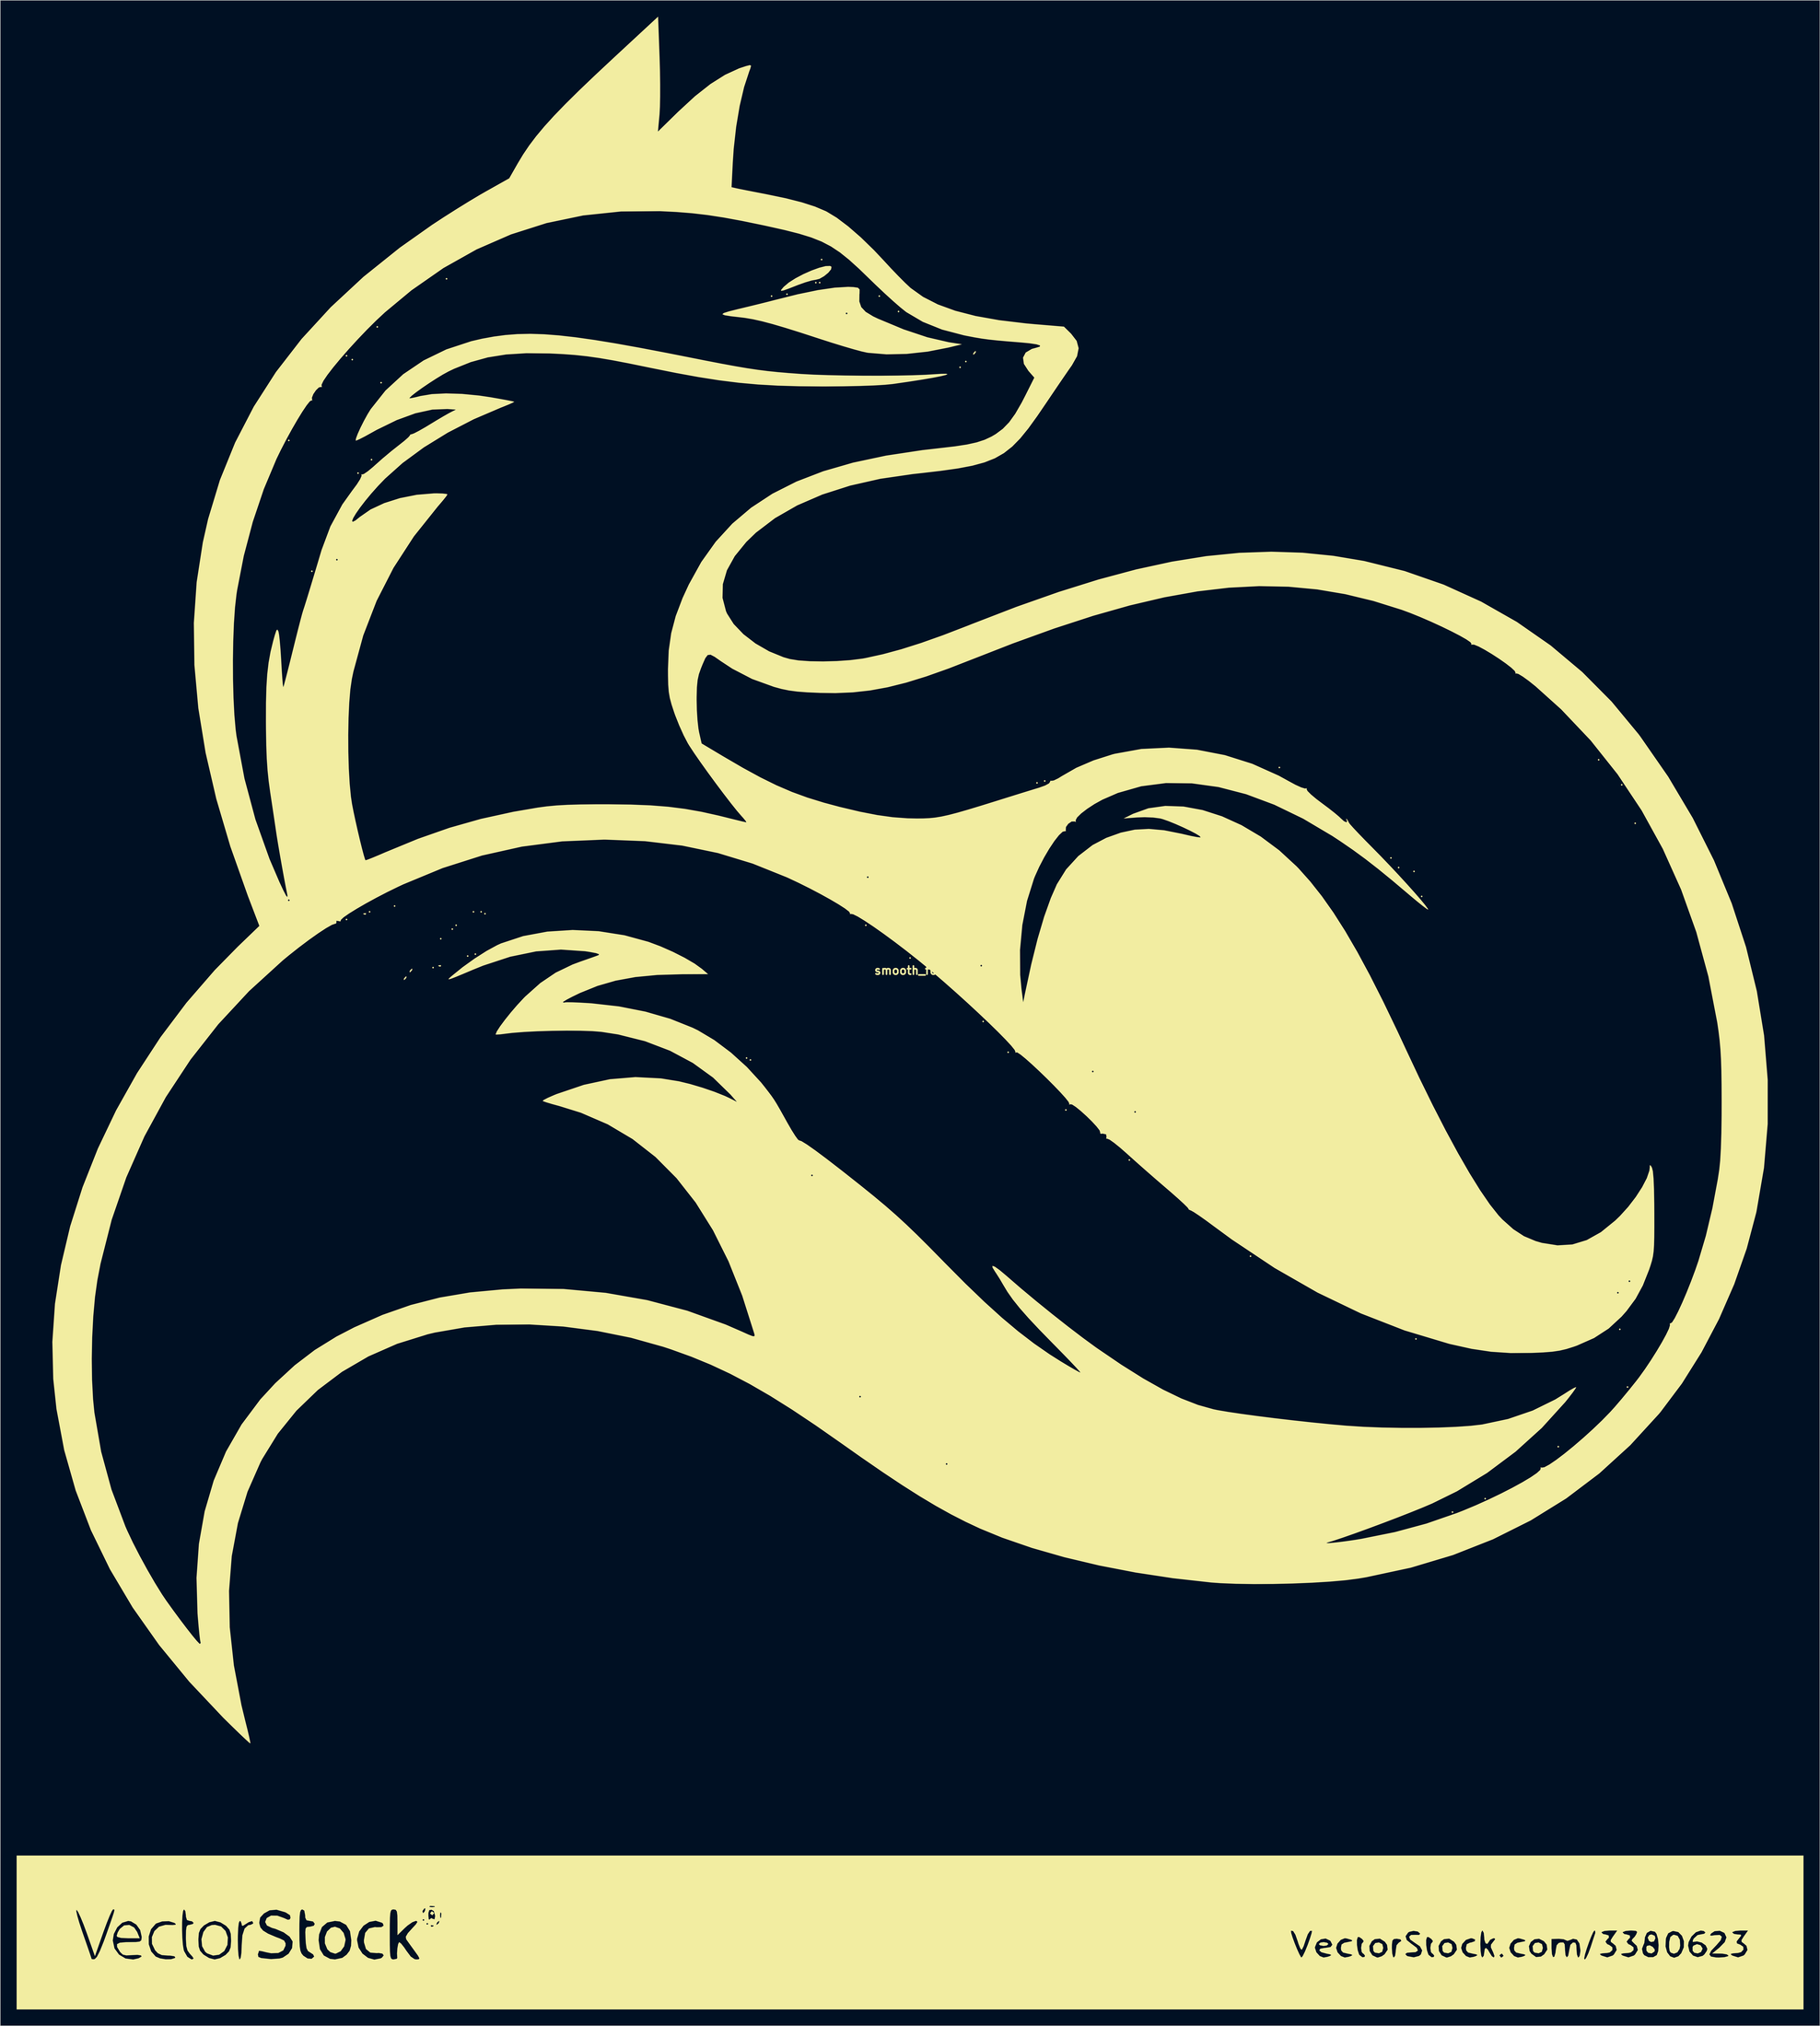
<source format=kicad_pcb>
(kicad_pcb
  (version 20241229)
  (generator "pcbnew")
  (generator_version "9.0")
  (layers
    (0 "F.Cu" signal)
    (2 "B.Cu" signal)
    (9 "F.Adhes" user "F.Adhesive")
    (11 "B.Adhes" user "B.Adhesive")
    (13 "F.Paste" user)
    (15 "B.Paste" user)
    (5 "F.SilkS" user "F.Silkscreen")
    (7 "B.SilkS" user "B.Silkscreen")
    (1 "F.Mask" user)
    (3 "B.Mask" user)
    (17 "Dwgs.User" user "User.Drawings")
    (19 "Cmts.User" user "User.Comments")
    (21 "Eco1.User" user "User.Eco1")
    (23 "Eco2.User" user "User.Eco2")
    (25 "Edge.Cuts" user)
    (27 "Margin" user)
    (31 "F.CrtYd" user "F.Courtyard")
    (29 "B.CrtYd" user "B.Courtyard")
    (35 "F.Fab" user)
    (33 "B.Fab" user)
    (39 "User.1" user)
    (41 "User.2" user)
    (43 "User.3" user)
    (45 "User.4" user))
  (footprint "smooth_fox"
    (layer "F.Cu")
    (at 163.689 174.891)
    (property "Reference" "smooth_fox" (at 0 0 0) (layer "F.SilkS") (effects (font (size 1.5 1.5) (thickness 0.3))))
    (attr board_only exclude_from_pos_files exclude_from_bom)
    (fp_poly (pts (xy -113.594 -97.19) (xy -113.771 -97.014) (xy -113.947 -97.19) (xy -113.771 -97.367)) (stroke (width 0) (type solid)) (fill yes) (layer "F.SilkS"))
    (fp_poly (pts (xy -109.361 -73.201) (xy -109.537 -73.025) (xy -109.714 -73.201) (xy -109.537 -73.378)) (stroke (width 0) (type solid)) (fill yes) (layer "F.SilkS"))
    (fp_poly (pts (xy -103.011 -112.713) (xy -103.188 -112.536) (xy -103.364 -112.713) (xy -103.188 -112.889)) (stroke (width 0) (type solid)) (fill yes) (layer "F.SilkS"))
    (fp_poly (pts (xy -103.011 -9.349) (xy -103.188 -9.172) (xy -103.364 -9.349) (xy -103.188 -9.525)) (stroke (width 0) (type solid)) (fill yes) (layer "F.SilkS"))
    (fp_poly (pts (xy -101.953 -112.007) (xy -102.129 -111.831) (xy -102.306 -112.007) (xy -102.129 -112.183)) (stroke (width 0) (type solid)) (fill yes) (layer "F.SilkS"))
    (fp_poly (pts (xy -100.894 -91.193) (xy -101.071 -91.017) (xy -101.247 -91.193) (xy -101.071 -91.369)) (stroke (width 0) (type solid)) (fill yes) (layer "F.SilkS"))
    (fp_poly (pts (xy -98.778 -10.76) (xy -98.954 -10.583) (xy -99.131 -10.76) (xy -98.954 -10.936)) (stroke (width 0) (type solid)) (fill yes) (layer "F.SilkS"))
    (fp_poly (pts (xy -98.425 -93.662) (xy -98.601 -93.486) (xy -98.778 -93.662) (xy -98.601 -93.839)) (stroke (width 0) (type solid)) (fill yes) (layer "F.SilkS"))
    (fp_poly (pts (xy -97.367 -118.004) (xy -97.543 -117.828) (xy -97.719 -118.004) (xy -97.543 -118.181)) (stroke (width 0) (type solid)) (fill yes) (layer "F.SilkS"))
    (fp_poly (pts (xy -96.661 -107.774) (xy -96.838 -107.597) (xy -97.014 -107.774) (xy -96.838 -107.95)) (stroke (width 0) (type solid)) (fill yes) (layer "F.SilkS"))
    (fp_poly (pts (xy -94.192 -11.818) (xy -94.368 -11.642) (xy -94.544 -11.818) (xy -94.368 -11.994)) (stroke (width 0) (type solid)) (fill yes) (layer "F.SilkS"))
    (fp_poly (pts (xy -87.136 -0.529) (xy -87.312 -0.353) (xy -87.489 -0.529) (xy -87.312 -0.706)) (stroke (width 0) (type solid)) (fill yes) (layer "F.SilkS"))
    (fp_poly (pts (xy -85.725 -5.821) (xy -85.901 -5.644) (xy -86.078 -5.821) (xy -85.901 -5.997)) (stroke (width 0) (type solid)) (fill yes) (layer "F.SilkS"))
    (fp_poly (pts (xy -84.667 -126.824) (xy -84.843 -126.647) (xy -85.019 -126.824) (xy -84.843 -127)) (stroke (width 0) (type solid)) (fill yes) (layer "F.SilkS"))
    (fp_poly (pts (xy -83.608 -7.585) (xy -83.785 -7.408) (xy -83.961 -7.585) (xy -83.785 -7.761)) (stroke (width 0) (type solid)) (fill yes) (layer "F.SilkS"))
    (fp_poly (pts (xy -82.903 -8.29) (xy -83.079 -8.114) (xy -83.256 -8.29) (xy -83.079 -8.467)) (stroke (width 0) (type solid)) (fill yes) (layer "F.SilkS"))
    (fp_poly (pts (xy -80.786 -2.646) (xy -80.963 -2.469) (xy -81.139 -2.646) (xy -80.963 -2.822)) (stroke (width 0) (type solid)) (fill yes) (layer "F.SilkS"))
    (fp_poly (pts (xy -79.728 -10.76) (xy -79.904 -10.583) (xy -80.081 -10.76) (xy -79.904 -10.936)) (stroke (width 0) (type solid)) (fill yes) (layer "F.SilkS"))
    (fp_poly (pts (xy -79.375 -2.999) (xy -79.551 -2.822) (xy -79.728 -2.999) (xy -79.551 -3.175)) (stroke (width 0) (type solid)) (fill yes) (layer "F.SilkS"))
    (fp_poly (pts (xy -78.317 -10.76) (xy -78.493 -10.583) (xy -78.669 -10.76) (xy -78.493 -10.936)) (stroke (width 0) (type solid)) (fill yes) (layer "F.SilkS"))
    (fp_poly (pts (xy -77.611 -10.407) (xy -77.787 -10.231) (xy -77.964 -10.407) (xy -77.787 -10.583)) (stroke (width 0) (type solid)) (fill yes) (layer "F.SilkS"))
    (fp_poly (pts (xy -29.633 16.051) (xy -29.81 16.228) (xy -29.986 16.051) (xy -29.81 15.875)) (stroke (width 0) (type solid)) (fill yes) (layer "F.SilkS"))
    (fp_poly (pts (xy -28.928 16.404) (xy -29.104 16.581) (xy -29.281 16.404) (xy -29.104 16.228)) (stroke (width 0) (type solid)) (fill yes) (layer "F.SilkS"))
    (fp_poly (pts (xy -25.047 -123.649) (xy -25.224 -123.472) (xy -25.4 -123.649) (xy -25.224 -123.825)) (stroke (width 0) (type solid)) (fill yes) (layer "F.SilkS"))
    (fp_poly (pts (xy -22.225 -124.001) (xy -22.401 -123.825) (xy -22.578 -124.001) (xy -22.401 -124.178)) (stroke (width 0) (type solid)) (fill yes) (layer "F.SilkS"))
    (fp_poly (pts (xy -16.933 -126.118) (xy -17.11 -125.942) (xy -17.286 -126.118) (xy -17.11 -126.294)) (stroke (width 0) (type solid)) (fill yes) (layer "F.SilkS"))
    (fp_poly (pts (xy -16.228 -126.118) (xy -16.404 -125.942) (xy -16.581 -126.118) (xy -16.404 -126.294)) (stroke (width 0) (type solid)) (fill yes) (layer "F.SilkS"))
    (fp_poly (pts (xy -15.875 -130.351) (xy -16.051 -130.175) (xy -16.228 -130.351) (xy -16.051 -130.528)) (stroke (width 0) (type solid)) (fill yes) (layer "F.SilkS"))
    (fp_poly (pts (xy -7.761 -8.29) (xy -7.938 -8.114) (xy -8.114 -8.29) (xy -7.938 -8.467)) (stroke (width 0) (type solid)) (fill yes) (layer "F.SilkS"))
    (fp_poly (pts (xy -5.292 -123.649) (xy -5.468 -123.472) (xy -5.644 -123.649) (xy -5.468 -123.825)) (stroke (width 0) (type solid)) (fill yes) (layer "F.SilkS"))
    (fp_poly (pts (xy -1.764 -120.826) (xy -1.94 -120.65) (xy -2.117 -120.826) (xy -1.94 -121.003)) (stroke (width 0) (type solid)) (fill yes) (layer "F.SilkS"))
    (fp_poly (pts (xy 0.353 -2.293) (xy 0.176 -2.117) (xy 0 -2.293) (xy 0.176 -2.469)) (stroke (width 0) (type solid)) (fill yes) (layer "F.SilkS"))
    (fp_poly (pts (xy 9.525 -110.596) (xy 9.349 -110.419) (xy 9.172 -110.596) (xy 9.349 -110.772)) (stroke (width 0) (type solid)) (fill yes) (layer "F.SilkS"))
    (fp_poly (pts (xy 10.583 -111.654) (xy 10.407 -111.478) (xy 10.231 -111.654) (xy 10.407 -111.831)) (stroke (width 0) (type solid)) (fill yes) (layer "F.SilkS"))
    (fp_poly (pts (xy 13.758 9.349) (xy 13.582 9.525) (xy 13.406 9.349) (xy 13.582 9.172)) (stroke (width 0) (type solid)) (fill yes) (layer "F.SilkS"))
    (fp_poly (pts (xy 18.344 14.993) (xy 18.168 15.169) (xy 17.992 14.993) (xy 18.168 14.817)) (stroke (width 0) (type solid)) (fill yes) (layer "F.SilkS"))
    (fp_poly (pts (xy 23.636 -34.396) (xy 23.46 -34.219) (xy 23.283 -34.396) (xy 23.46 -34.572)) (stroke (width 0) (type solid)) (fill yes) (layer "F.SilkS"))
    (fp_poly (pts (xy 25.047 -34.749) (xy 24.871 -34.572) (xy 24.694 -34.749) (xy 24.871 -34.925)) (stroke (width 0) (type solid)) (fill yes) (layer "F.SilkS"))
    (fp_poly (pts (xy 28.928 25.576) (xy 28.751 25.753) (xy 28.575 25.576) (xy 28.751 25.4)) (stroke (width 0) (type solid)) (fill yes) (layer "F.SilkS"))
    (fp_poly (pts (xy 40.569 34.749) (xy 40.393 34.925) (xy 40.217 34.749) (xy 40.393 34.572)) (stroke (width 0) (type solid)) (fill yes) (layer "F.SilkS"))
    (fp_poly (pts (xy 62.794 52.387) (xy 62.618 52.564) (xy 62.442 52.387) (xy 62.618 52.211)) (stroke (width 0) (type solid)) (fill yes) (layer "F.SilkS"))
    (fp_poly (pts (xy 68.086 -37.218) (xy 67.91 -37.042) (xy 67.733 -37.218) (xy 67.91 -37.394)) (stroke (width 0) (type solid)) (fill yes) (layer "F.SilkS"))
    (fp_poly (pts (xy 88.547 -20.637) (xy 88.371 -20.461) (xy 88.194 -20.637) (xy 88.371 -20.814)) (stroke (width 0) (type solid)) (fill yes) (layer "F.SilkS"))
    (fp_poly (pts (xy 89.958 -18.874) (xy 89.782 -18.697) (xy 89.606 -18.874) (xy 89.782 -19.05)) (stroke (width 0) (type solid)) (fill yes) (layer "F.SilkS"))
    (fp_poly (pts (xy 92.781 -18.168) (xy 92.604 -17.992) (xy 92.428 -18.168) (xy 92.604 -18.344)) (stroke (width 0) (type solid)) (fill yes) (layer "F.SilkS"))
    (fp_poly (pts (xy 93.133 67.557) (xy 92.957 67.733) (xy 92.781 67.557) (xy 92.957 67.381)) (stroke (width 0) (type solid)) (fill yes) (layer "F.SilkS"))
    (fp_poly (pts (xy 94.192 -13.582) (xy 94.015 -13.406) (xy 93.839 -13.582) (xy 94.015 -13.758)) (stroke (width 0) (type solid)) (fill yes) (layer "F.SilkS"))
    (fp_poly (pts (xy 99.836 99.307) (xy 99.66 99.483) (xy 99.483 99.307) (xy 99.66 99.131)) (stroke (width 0) (type solid)) (fill yes) (layer "F.SilkS"))
    (fp_poly (pts (xy 105.833 96.838) (xy 105.657 97.014) (xy 105.481 96.838) (xy 105.657 96.661)) (stroke (width 0) (type solid)) (fill yes) (layer "F.SilkS"))
    (fp_poly (pts (xy 119.239 87.312) (xy 119.062 87.489) (xy 118.886 87.312) (xy 119.062 87.136)) (stroke (width 0) (type solid)) (fill yes) (layer "F.SilkS"))
    (fp_poly (pts (xy 126.647 -38.629) (xy 126.471 -38.453) (xy 126.294 -38.629) (xy 126.471 -38.806)) (stroke (width 0) (type solid)) (fill yes) (layer "F.SilkS"))
    (fp_poly (pts (xy 130.528 65.793) (xy 130.351 65.969) (xy 130.175 65.793) (xy 130.351 65.617)) (stroke (width 0) (type solid)) (fill yes) (layer "F.SilkS"))
    (fp_poly (pts (xy 130.881 -34.043) (xy 130.704 -33.867) (xy 130.528 -34.043) (xy 130.704 -34.219)) (stroke (width 0) (type solid)) (fill yes) (layer "F.SilkS"))
    (fp_poly (pts (xy 131.939 76.376) (xy 131.762 76.553) (xy 131.586 76.376) (xy 131.762 76.2)) (stroke (width 0) (type solid)) (fill yes) (layer "F.SilkS"))
    (fp_poly (pts (xy 133.35 -26.988) (xy 133.174 -26.811) (xy 132.997 -26.988) (xy 133.174 -27.164)) (stroke (width 0) (type solid)) (fill yes) (layer "F.SilkS"))
    (fp_poly (pts (xy -99.601 -10.466) (xy -99.649 -10.256) (xy -99.836 -10.231) (xy -100.126 -10.36) (xy -100.071 -10.466) (xy -99.653 -10.508)) (stroke (width 0) (type solid)) (fill yes) (layer "F.SilkS"))
    (fp_poly (pts (xy -85.843 -0.941) (xy -85.891 -0.731) (xy -86.078 -0.706) (xy -86.368 -0.835) (xy -86.313 -0.941) (xy -85.894 -0.983)) (stroke (width 0) (type solid)) (fill yes) (layer "F.SilkS"))
    (fp_poly (pts (xy -92.186 1.286) (xy -92.251 1.411) (xy -92.584 1.748) (xy -92.646 1.764) (xy -92.67 1.536) (xy -92.604 1.411) (xy -92.272 1.074) (xy -92.21 1.058)) (stroke (width 0) (type solid)) (fill yes) (layer "F.SilkS"))
    (fp_poly (pts (xy -91.127 -0.125) (xy -91.193 0) (xy -91.525 0.337) (xy -91.587 0.353) (xy -91.612 0.125) (xy -91.546 0) (xy -91.213 -0.337) (xy -91.151 -0.353)) (stroke (width 0) (type solid)) (fill yes) (layer "F.SilkS"))
    (fp_poly (pts (xy -87.146 172.777) (xy -87.136 172.861) (xy -87.405 173.204) (xy -87.489 173.214) (xy -87.831 172.945) (xy -87.842 172.861) (xy -87.573 172.519) (xy -87.489 172.508)) (stroke (width 0) (type solid)) (fill yes) (layer "F.SilkS"))
    (fp_poly (pts (xy 12.237 -113.367) (xy 12.171 -113.242) (xy 11.838 -112.905) (xy 11.776 -112.889) (xy 11.752 -113.117) (xy 11.818 -113.242) (xy 12.15 -113.579) (xy 12.212 -113.594)) (stroke (width 0) (type solid)) (fill yes) (layer "F.SilkS"))
    (fp_poly (pts (xy 76.687 178.274) (xy 76.906 178.506) (xy 76.604 178.771) (xy 76.024 178.858) (xy 75.361 178.738) (xy 75.142 178.506) (xy 75.444 178.24) (xy 76.024 178.153)) (stroke (width 0) (type solid)) (fill yes) (layer "F.SilkS"))
    (fp_poly (pts (xy 136.762 176.991) (xy 136.878 177.447) (xy 136.624 178.031) (xy 136.063 178.138) (xy 135.702 177.918) (xy 135.459 177.319) (xy 135.767 176.843) (xy 136.172 176.742)) (stroke (width 0) (type solid)) (fill yes) (layer "F.SilkS"))
    (fp_poly (pts (xy 86.795 178.521) (xy 86.96 179.211) (xy 86.766 179.938) (xy 86.164 180.206) (xy 85.42 180.078) (xy 85.157 179.765) (xy 85.078 178.892) (xy 85.501 178.322) (xy 86.164 178.216)) (stroke (width 0) (type solid)) (fill yes) (layer "F.SilkS"))
    (fp_poly (pts (xy 99.495 178.521) (xy 99.66 179.211) (xy 99.466 179.938) (xy 98.864 180.206) (xy 98.12 180.078) (xy 97.857 179.765) (xy 97.778 178.892) (xy 98.201 178.322) (xy 98.864 178.216)) (stroke (width 0) (type solid)) (fill yes) (layer "F.SilkS"))
    (fp_poly (pts (xy 116.075 178.521) (xy 116.24 179.211) (xy 116.046 179.938) (xy 115.445 180.206) (xy 114.701 180.078) (xy 114.437 179.765) (xy 114.359 178.892) (xy 114.781 178.322) (xy 115.445 178.216)) (stroke (width 0) (type solid)) (fill yes) (layer "F.SilkS"))
    (fp_poly (pts (xy 136.399 179.034) (xy 136.76 179.511) (xy 136.734 179.863) (xy 136.173 180.243) (xy 135.534 180.104) (xy 135.232 179.717) (xy 135.218 179.06) (xy 135.351 178.833) (xy 135.837 178.739)) (stroke (width 0) (type solid)) (fill yes) (layer "F.SilkS"))
    (fp_poly (pts (xy 145.162 178.725) (xy 145.514 179.286) (xy 145.521 179.392) (xy 145.248 179.974) (xy 144.639 180.231) (xy 144.005 180.102) (xy 143.709 179.741) (xy 143.698 179.06) (xy 143.849 178.802) (xy 144.503 178.527)) (stroke (width 0) (type solid)) (fill yes) (layer "F.SilkS"))
    (fp_poly (pts (xy -142.135 175.473) (xy -141.575 176.301) (xy -141.109 177.447) (xy -143.227 177.447) (xy -144.535 177.389) (xy -145.212 177.207) (xy -145.344 176.997) (xy -145.155 176.389) (xy -144.781 175.742) (xy -143.971 175.084) (xy -143.021 175.006)) (stroke (width 0) (type solid)) (fill yes) (layer "F.SilkS"))
    (fp_poly (pts (xy 140.969 177.007) (xy 141.363 177.723) (xy 141.425 178.796) (xy 141.319 179.387) (xy 140.91 180.036) (xy 140.276 180.285) (xy 139.687 180.079) (xy 139.488 179.774) (xy 139.387 179.092) (xy 139.408 178.131) (xy 139.411 178.098) (xy 139.615 177.226) (xy 140.093 176.851) (xy 140.305 176.807)) (stroke (width 0) (type solid)) (fill yes) (layer "F.SilkS"))
    (fp_poly (pts (xy -104.411 175.648) (xy -103.713 176.463) (xy -103.374 177.568) (xy -103.364 177.8) (xy -103.614 178.937) (xy -104.254 179.825) (xy -105.122 180.256) (xy -105.304 180.269) (xy -106.15 179.988) (xy -106.695 179.485) (xy -107.152 178.383) (xy -107.152 177.225) (xy -106.76 176.205) (xy -106.04 175.515) (xy -105.304 175.331)) (stroke (width 0) (type solid)) (fill yes) (layer "F.SilkS"))
    (fp_poly (pts (xy -126.181 175.288) (xy -125.367 176.11) (xy -124.948 177.287) (xy -125.022 178.657) (xy -125.022 178.657) (xy -125.603 179.791) (xy -126.545 180.467) (xy -127.662 180.627) (xy -128.764 180.213) (xy -129.117 179.917) (xy -129.677 178.907) (xy -129.795 177.617) (xy -129.446 176.335) (xy -129.417 176.278) (xy -128.77 175.389) (xy -127.91 175.025) (xy -127.29 174.983)) (stroke (width 0) (type solid)) (fill yes) (layer "F.SilkS"))
    (fp_poly (pts (xy -14.232 -129.027) (xy -14.308 -128.558) (xy -14.826 -127.929) (xy -15.599 -127.297) (xy -16.438 -126.819) (xy -17.106 -126.647) (xy -17.839 -126.52) (xy -18.996 -126.182) (xy -20.352 -125.7) (xy -20.637 -125.589) (xy -22.133 -125.003) (xy -23.054 -124.677) (xy -23.476 -124.604) (xy -23.478 -124.778) (xy -23.137 -125.191) (xy -22.961 -125.38) (xy -22.06 -126.142) (xy -20.819 -126.929) (xy -19.382 -127.683) (xy -17.89 -128.344) (xy -16.483 -128.854) (xy -15.304 -129.152) (xy -14.494 -129.181)) (stroke (width 0) (type solid)) (fill yes) (layer "F.SilkS"))
    (fp_poly (pts (xy -10.215 -125.307) (xy -9.388 -125.188) (xy -9.076 -124.873) (xy -9.09 -124.133) (xy -9.108 -123.977) (xy -9.127 -122.665) (xy -8.775 -121.634) (xy -7.96 -120.763) (xy -6.589 -119.931) (xy -5.708 -119.51) (xy -0.978 -117.54) (xy 3.345 -116.1) (xy 7.241 -115.198) (xy 7.761 -115.114) (xy 9.701 -114.816) (xy 7.232 -114.216) (xy 3.414 -113.468) (xy -0.446 -113.048) (xy -4.14 -112.968) (xy -7.46 -113.241) (xy -7.761 -113.288) (xy -8.699 -113.497) (xy -10.165 -113.893) (xy -12.021 -114.435) (xy -14.128 -115.082) (xy -16.345 -115.794) (xy -16.581 -115.871) (xy -19.951 -116.968) (xy -22.751 -117.844) (xy -25.073 -118.525) (xy -27.008 -119.036) (xy -28.648 -119.402) (xy -30.085 -119.648) (xy -30.868 -119.745) (xy -32.683 -119.953) (xy -33.81 -120.133) (xy -34.249 -120.32) (xy -34.079 -120.474) (xy -11.642 -120.474) (xy -11.465 -120.297) (xy -11.289 -120.474) (xy -11.465 -120.65) (xy -11.642 -120.474) (xy -34.079 -120.474) (xy -33.998 -120.547) (xy -33.059 -120.848) (xy -31.431 -121.258) (xy -30.86 -121.394) (xy -29.001 -121.842) (xy -27.186 -122.287) (xy -25.64 -122.674) (xy -24.694 -122.919) (xy -20.425 -123.986) (xy -16.737 -124.748) (xy -13.646 -125.202) (xy -11.165 -125.347)) (stroke (width 0) (type solid)) (fill yes) (layer "F.SilkS"))
    (fp_poly (pts (xy 164.042 176.389) (xy 164.042 190.5) (xy 0.176 190.5) (xy -163.689 190.5) (xy -163.689 176.389) (xy -163.689 172.49) (xy -152.743 172.49) (xy -152.57 173.295) (xy -152.214 174.532) (xy -151.705 176.086) (xy -151.523 176.609) (xy -150.941 178.269) (xy -150.454 179.673) (xy -150.106 180.697) (xy -149.939 181.215) (xy -149.931 181.252) (xy -149.648 181.305) (xy -149.363 181.265) (xy -148.966 180.86) (xy -148.413 179.777) (xy -147.707 178.025) (xy -147.645 177.854) (xy -146.05 177.854) (xy -145.739 179.306) (xy -144.91 180.441) (xy -143.714 181.154) (xy -142.306 181.339) (xy -141.316 181.114) (xy -140.78 180.809) (xy -140.875 180.591) (xy -141.531 180.496) (xy -142.474 180.538) (xy -143.56 180.594) (xy -144.205 180.447) (xy -144.661 180.024) (xy -144.767 179.878) (xy -145.26 179.049) (xy -145.281 178.532) (xy -144.762 178.258) (xy -143.635 178.159) (xy -143.051 178.153) (xy -141.82 178.141) (xy -141.134 178.058) (xy -140.834 177.833) (xy -140.76 177.397) (xy -140.758 177.142) (xy -140.764 177.118) (xy -139.461 177.118) (xy -139.45 178.549) (xy -139.008 179.862) (xy -138.183 180.798) (xy -137.383 181.134) (xy -136.351 181.302) (xy -135.361 181.289) (xy -134.686 181.08) (xy -134.585 180.975) (xy -134.751 180.75) (xy -135.515 180.633) (xy -135.949 180.622) (xy -137.061 180.535) (xy -137.79 180.189) (xy -138.295 179.652) (xy -138.865 178.465) (xy -138.884 177.235) (xy -138.428 176.131) (xy -138.236 175.95) (xy -133.342 175.95) (xy -133.295 177.369) (xy -133.196 178.631) (xy -133.045 179.567) (xy -132.975 179.798) (xy -132.376 180.844) (xy -131.636 181.309) (xy -131.498 181.322) (xy -131.233 181.155) (xy -131.233 181.151) (xy -131.455 180.801) (xy -131.939 180.269) (xy -132.35 179.696) (xy -132.568 178.883) (xy -132.632 177.8) (xy -130.351 177.8) (xy -130.291 178.973) (xy -130.041 179.731) (xy -129.495 180.359) (xy -129.362 180.476) (xy -128.389 181.069) (xy -127.394 181.327) (xy -127.353 181.328) (xy -126.368 181.091) (xy -125.384 180.51) (xy -125.344 180.476) (xy -124.736 179.842) (xy -124.441 179.128) (xy -124.356 178.048) (xy -124.354 177.8) (xy -123.119 177.8) (xy -123.086 179.439) (xy -122.992 180.624) (xy -122.848 181.253) (xy -122.767 181.328) (xy -122.587 181.001) (xy -122.5 180.389) (xy -119.442 180.389) (xy -119.352 180.867) (xy -118.825 181.075) (xy -117.022 181.268) (xy -115.456 181.153) (xy -114.871 180.991) (xy -113.816 180.287) (xy -113.17 179.249) (xy -113.068 178.103) (xy -113.091 178) (xy -113.63 177.151) (xy -114.723 176.362) (xy -115.492 176.036) (xy -111.831 176.036) (xy -111.817 177.778) (xy -111.761 178.963) (xy -111.638 179.737) (xy -111.427 180.248) (xy -111.103 180.644) (xy -110.326 181.151) (xy -109.593 181.217) (xy -109.136 180.826) (xy -109.124 180.795) (xy -109.313 180.402) (xy -109.801 180.089) (xy -110.251 179.796) (xy -110.512 179.289) (xy -110.649 178.38) (xy -110.685 177.8) (xy -108.303 177.8) (xy -108.061 179.455) (xy -107.352 180.606) (xy -106.2 181.224) (xy -105.304 181.328) (xy -103.958 181.04) (xy -103.171 180.462) (xy -102.612 179.732) (xy -102.356 178.833) (xy -102.306 177.8) (xy -101.247 177.8) (xy -100.974 179.151) (xy -100.256 180.265) (xy -99.242 181.038) (xy -98.082 181.362) (xy -96.925 181.133) (xy -96.704 181.009) (xy -96.362 180.591) (xy -96.601 180.265) (xy -97.295 180.147) (xy -97.616 180.174) (xy -98.821 180.08) (xy -99.618 179.419) (xy -99.978 178.222) (xy -99.996 177.8) (xy -99.812 176.742) (xy -95.25 176.742) (xy -95.244 178.614) (xy -95.215 179.893) (xy -95.144 180.692) (xy -95.016 181.122) (xy -94.812 181.296) (xy -94.544 181.328) (xy -93.991 181.218) (xy -93.881 181.063) (xy -93.925 180.232) (xy -93.86 179.296) (xy -93.72 178.516) (xy -93.536 178.156) (xy -93.519 178.153) (xy -93.166 178.427) (xy -92.604 179.132) (xy -92.196 179.74) (xy -91.4 180.802) (xy -90.695 181.279) (xy -90.377 181.327) (xy -89.936 181.299) (xy -89.846 181.159) (xy 123.825 181.159) (xy 123.928 181.364) (xy 124.197 181.014) (xy 124.526 180.317) (xy 126.709 180.317) (xy 126.806 180.489) (xy 127 180.622) (xy 128.056 180.952) (xy 129.045 180.613) (xy 129.268 180.421) (xy 129.331 180.317) (xy 130.589 180.317) (xy 130.687 180.489) (xy 130.881 180.622) (xy 131.937 180.952) (xy 132.926 180.613) (xy 133.148 180.421) (xy 133.656 179.598) (xy 133.603 179.392) (xy 134.419 179.392) (xy 134.592 180.211) (xy 134.832 180.552) (xy 135.583 180.918) (xy 136.475 180.908) (xy 137.127 180.534) (xy 137.395 179.786) (xy 137.447 178.948) (xy 138.739 178.948) (xy 139.037 180.031) (xy 139.594 180.753) (xy 140.313 181.023) (xy 141.092 180.751) (xy 141.62 180.191) (xy 142.084 179.103) (xy 142.089 178.79) (xy 142.875 178.79) (xy 143.13 179.88) (xy 143.776 180.621) (xy 144.637 180.918) (xy 145.537 180.673) (xy 145.848 180.421) (xy 145.857 180.408) (xy 146.777 180.408) (xy 147.073 180.799) (xy 147.999 180.963) (xy 148.519 180.975) (xy 149.526 180.912) (xy 150.164 180.749) (xy 150.283 180.622) (xy 149.969 180.404) (xy 149.441 180.317) (xy 150.698 180.317) (xy 150.795 180.489) (xy 150.989 180.622) (xy 152.045 180.952) (xy 153.034 180.613) (xy 153.257 180.421) (xy 153.765 179.588) (xy 153.584 178.836) (xy 153.131 178.439) (xy 152.697 178.119) (xy 152.669 177.782) (xy 153.05 177.172) (xy 153.155 177.025) (xy 153.859 176.036) (xy 152.424 176.036) (xy 151.532 176.113) (xy 151.029 176.306) (xy 150.989 176.389) (xy 151.292 176.648) (xy 151.926 176.742) (xy 152.566 176.783) (xy 152.59 177.015) (xy 152.278 177.387) (xy 151.781 178.032) (xy 151.837 178.387) (xy 152.431 178.616) (xy 152.991 178.995) (xy 153.028 179.533) (xy 152.602 179.995) (xy 152.041 180.146) (xy 151.075 180.22) (xy 150.698 180.317) (xy 149.441 180.317) (xy 149.179 180.273) (xy 148.784 180.258) (xy 147.285 180.246) (xy 148.608 179.165) (xy 149.596 178.156) (xy 149.908 177.281) (xy 149.555 176.508) (xy 149.507 176.459) (xy 148.694 176.077) (xy 147.742 176.153) (xy 147.109 176.565) (xy 146.898 176.911) (xy 147.179 176.975) (xy 147.728 176.882) (xy 148.682 176.837) (xy 149.061 177.163) (xy 148.857 177.81) (xy 148.062 178.729) (xy 148.039 178.75) (xy 147.103 179.74) (xy 146.777 180.408) (xy 145.857 180.408) (xy 146.298 179.769) (xy 146.403 179.382) (xy 146.099 178.752) (xy 145.379 178.243) (xy 144.529 178.031) (xy 144.223 178.067) (xy 143.728 178.134) (xy 143.74 177.829) (xy 143.906 177.499) (xy 144.609 176.86) (xy 145.18 176.742) (xy 145.837 176.619) (xy 146.05 176.389) (xy 145.749 176.121) (xy 145.194 176.036) (xy 144.302 176.347) (xy 143.499 177.128) (xy 142.975 178.151) (xy 142.875 178.79) (xy 142.089 178.79) (xy 142.103 177.98) (xy 141.746 176.995) (xy 141.085 176.318) (xy 140.19 176.12) (xy 139.951 176.162) (xy 139.23 176.54) (xy 138.854 177.344) (xy 138.8 177.596) (xy 138.739 178.948) (xy 137.447 178.948) (xy 137.462 178.706) (xy 137.352 177.568) (xy 137.085 176.644) (xy 136.79 176.253) (xy 135.99 176.079) (xy 135.313 176.47) (xy 134.954 177.291) (xy 134.938 177.546) (xy 134.842 178.329) (xy 134.673 178.709) (xy 134.419 179.392) (xy 133.603 179.392) (xy 133.461 178.839) (xy 132.971 178.386) (xy 132.521 177.913) (xy 132.617 177.641) (xy 133.082 177.157) (xy 133.361 176.722) (xy 133.526 176.286) (xy 133.301 176.089) (xy 132.543 176.037) (xy 132.304 176.036) (xy 131.416 176.114) (xy 130.919 176.308) (xy 130.881 176.389) (xy 131.176 176.676) (xy 131.586 176.742) (xy 132.186 176.928) (xy 132.234 177.342) (xy 131.939 177.624) (xy 131.599 178.077) (xy 131.913 178.513) (xy 132.312 178.688) (xy 132.864 179.097) (xy 132.87 179.628) (xy 132.389 180.048) (xy 131.932 180.146) (xy 130.966 180.22) (xy 130.589 180.317) (xy 129.331 180.317) (xy 129.776 179.588) (xy 129.595 178.836) (xy 129.142 178.439) (xy 128.708 178.119) (xy 128.68 177.782) (xy 129.062 177.172) (xy 129.166 177.025) (xy 129.87 176.036) (xy 128.435 176.036) (xy 127.543 176.113) (xy 127.04 176.306) (xy 127 176.389) (xy 127.295 176.676) (xy 127.706 176.742) (xy 128.306 176.928) (xy 128.353 177.342) (xy 128.058 177.624) (xy 127.719 178.077) (xy 128.033 178.513) (xy 128.431 178.688) (xy 128.984 179.097) (xy 128.989 179.628) (xy 128.508 180.048) (xy 128.052 180.146) (xy 127.086 180.22) (xy 126.709 180.317) (xy 124.526 180.317) (xy 124.571 180.223) (xy 124.987 179.104) (xy 125.068 178.858) (xy 125.437 177.721) (xy 125.733 176.829) (xy 125.854 176.477) (xy 125.817 176.078) (xy 125.696 176.036) (xy 125.469 176.341) (xy 125.112 177.124) (xy 124.697 178.186) (xy 124.297 179.33) (xy 123.984 180.357) (xy 123.83 181.069) (xy 123.825 181.159) (xy -89.846 181.159) (xy -89.823 181.122) (xy -90.068 180.658) (xy -90.702 179.77) (xy -90.73 179.731) (xy -91.444 178.748) (xy -92.022 177.942) (xy -92.244 177.624) (xy -92.315 177.168) (xy -91.943 176.518) (xy -91.558 176.089) (xy 70.04 176.089) (xy 70.08 176.474) (xy 70.333 177.296) (xy 70.719 178.352) (xy 71.159 179.44) (xy 71.573 180.358) (xy 71.881 180.904) (xy 71.967 180.975) (xy 72.213 180.669) (xy 72.61 179.864) (xy 72.876 179.211) (xy 74.436 179.211) (xy 74.703 180.022) (xy 75.329 180.706) (xy 76.02 180.975) (xy 76.743 180.848) (xy 77.141 180.715) (xy 77.437 180.523) (xy 77.136 180.374) (xy 76.581 180.274) (xy 75.622 180.01) (xy 75.225 179.666) (xy 75.418 179.36) (xy 76.226 179.213) (xy 76.347 179.211) (xy 78.317 179.211) (xy 78.583 180.022) (xy 79.21 180.706) (xy 79.901 180.975) (xy 80.623 180.848) (xy 81.022 180.715) (xy 81.311 180.524) (xy 81.002 180.374) (xy 80.433 180.274) (xy 79.587 180.065) (xy 79.246 179.665) (xy 79.199 179.211) (xy 79.317 178.589) (xy 79.808 178.273) (xy 80.433 178.148) (xy 81.176 178) (xy 81.278 177.841) (xy 81.151 177.775) (xy 82.132 177.775) (xy 82.142 178.682) (xy 82.285 179.658) (xy 82.531 180.399) (xy 82.609 180.517) (xy 83.141 180.927) (xy 83.534 180.872) (xy 83.608 180.622) (xy 83.34 180.28) (xy 83.256 180.269) (xy 83.008 179.963) (xy 82.903 179.224) (xy 82.903 179.211) (xy 82.955 178.859) (xy 84.414 178.859) (xy 84.477 179.794) (xy 84.969 180.573) (xy 85.802 180.964) (xy 85.987 180.975) (xy 86.678 180.751) (xy 87.197 180.391) (xy 87.775 179.54) (xy 87.736 179.255) (xy 88.547 179.255) (xy 88.612 180.247) (xy 88.778 180.868) (xy 88.9 180.975) (xy 89.132 180.665) (xy 89.18 180.351) (xy 91.011 180.351) (xy 91.293 180.666) (xy 91.458 180.741) (xy 92.566 180.939) (xy 93.533 180.689) (xy 93.863 180.416) (xy 94.103 179.679) (xy 93.686 178.921) (xy 92.66 178.222) (xy 92.04 177.775) (xy 94.832 177.775) (xy 94.842 178.682) (xy 94.985 179.658) (xy 95.231 180.399) (xy 95.309 180.517) (xy 95.841 180.927) (xy 96.234 180.872) (xy 96.308 180.622) (xy 96.04 180.28) (xy 95.956 180.269) (xy 95.708 179.963) (xy 95.603 179.224) (xy 95.603 179.211) (xy 95.655 178.859) (xy 97.114 178.859) (xy 97.177 179.794) (xy 97.669 180.573) (xy 98.502 180.964) (xy 98.687 180.975) (xy 99.378 180.751) (xy 99.897 180.391) (xy 100.475 179.54) (xy 100.43 179.211) (xy 101.247 179.211) (xy 101.514 180.022) (xy 102.14 180.706) (xy 102.831 180.975) (xy 103.554 180.848) (xy 103.952 180.715) (xy 104.242 180.524) (xy 103.933 180.374) (xy 103.364 180.274) (xy 102.518 180.065) (xy 102.176 179.665) (xy 102.129 179.211) (xy 102.283 178.534) (xy 102.343 178.506) (xy 104.775 178.506) (xy 104.822 179.772) (xy 104.947 180.648) (xy 105.127 180.975) (xy 105.128 180.975) (xy 105.393 180.673) (xy 105.481 180.093) (xy 105.582 179.43) (xy 105.777 179.211) (xy 106.124 179.496) (xy 106.475 180.093) (xy 106.89 180.742) (xy 107.246 180.975) (xy 107.359 180.707) (xy 107.329 180.622) (xy 108.303 180.622) (xy 108.571 180.965) (xy 108.656 180.975) (xy 108.998 180.707) (xy 109.008 180.622) (xy 108.74 180.28) (xy 108.656 180.269) (xy 108.313 180.538) (xy 108.303 180.622) (xy 107.329 180.622) (xy 107.116 180.014) (xy 107.051 179.885) (xy 106.75 179.211) (xy 110.067 179.211) (xy 110.333 180.022) (xy 110.96 180.706) (xy 111.651 180.975) (xy 112.373 180.848) (xy 112.772 180.715) (xy 113.061 180.524) (xy 112.752 180.374) (xy 112.183 180.274) (xy 111.337 180.065) (xy 110.996 179.665) (xy 110.949 179.211) (xy 111.006 178.912) (xy 113.68 178.912) (xy 113.81 179.798) (xy 114.136 180.284) (xy 115 180.896) (xy 115.884 180.807) (xy 116.477 180.391) (xy 117.055 179.517) (xy 117.023 179.281) (xy 117.828 179.281) (xy 117.911 180.375) (xy 118.109 180.902) (xy 118.347 180.824) (xy 118.549 180.106) (xy 118.6 179.652) (xy 118.764 178.735) (xy 119.137 178.314) (xy 119.503 178.216) (xy 120.01 178.222) (xy 120.239 178.552) (xy 120.297 179.383) (xy 120.297 179.539) (xy 120.395 180.558) (xy 120.621 180.939) (xy 120.877 180.667) (xy 121.063 179.726) (xy 121.07 179.655) (xy 121.286 178.65) (xy 121.746 178.229) (xy 121.797 178.218) (xy 122.197 178.268) (xy 122.378 178.725) (xy 122.414 179.538) (xy 122.491 180.431) (xy 122.683 180.934) (xy 122.767 180.975) (xy 122.99 180.663) (xy 123.112 179.885) (xy 123.119 179.607) (xy 122.944 178.401) (xy 122.47 177.685) (xy 121.774 177.542) (xy 121.343 177.726) (xy 120.751 177.931) (xy 120.491 177.828) (xy 120.042 177.629) (xy 119.196 177.55) (xy 119.063 177.552) (xy 117.828 177.587) (xy 117.828 179.281) (xy 117.023 179.281) (xy 116.933 178.613) (xy 116.431 177.989) (xy 115.542 177.537) (xy 114.691 177.636) (xy 114.022 178.143) (xy 113.68 178.912) (xy 111.006 178.912) (xy 111.067 178.589) (xy 111.558 178.273) (xy 112.183 178.148) (xy 112.926 178) (xy 113.028 177.841) (xy 112.772 177.707) (xy 111.986 177.484) (xy 111.651 177.447) (xy 110.923 177.744) (xy 110.309 178.442) (xy 110.067 179.211) (xy 106.75 179.211) (xy 106.703 179.108) (xy 106.725 178.616) (xy 107.097 178.121) (xy 107.484 177.628) (xy 107.374 177.459) (xy 107.16 177.447) (xy 106.567 177.733) (xy 106.411 177.976) (xy 106.06 178.482) (xy 105.723 178.369) (xy 105.508 177.722) (xy 105.481 177.271) (xy 105.392 176.455) (xy 105.174 176.047) (xy 105.128 176.036) (xy 104.947 176.362) (xy 104.822 177.237) (xy 104.775 178.503) (xy 104.775 178.506) (xy 102.343 178.506) (xy 102.879 178.249) (xy 103.105 178.217) (xy 103.764 177.99) (xy 103.807 177.67) (xy 103.256 177.459) (xy 103.015 177.447) (xy 102.127 177.753) (xy 101.452 178.489) (xy 101.247 179.211) (xy 100.43 179.211) (xy 100.353 178.646) (xy 99.958 178.092) (xy 99.059 177.516) (xy 98.108 177.613) (xy 97.568 178.002) (xy 97.114 178.859) (xy 95.655 178.859) (xy 95.712 178.468) (xy 95.976 178.153) (xy 95.981 178.153) (xy 96.068 177.954) (xy 95.788 177.582) (xy 95.259 177.224) (xy 94.986 177.241) (xy 94.832 177.775) (xy 92.04 177.775) (xy 91.9 177.674) (xy 91.709 177.161) (xy 92.07 176.835) (xy 92.79 176.818) (xy 93.547 176.831) (xy 93.733 176.594) (xy 93.291 176.216) (xy 92.515 176.098) (xy 91.738 176.27) (xy 91.526 176.405) (xy 91.057 177.08) (xy 91.275 177.776) (xy 92.188 178.514) (xy 92.266 178.561) (xy 93.118 179.204) (xy 93.324 179.704) (xy 92.889 179.997) (xy 92.126 180.041) (xy 91.319 180.111) (xy 91.011 180.351) (xy 89.18 180.351) (xy 89.249 179.901) (xy 89.253 179.729) (xy 89.404 178.729) (xy 89.782 178.28) (xy 90.276 177.943) (xy 90.127 177.653) (xy 89.429 177.535) (xy 88.901 177.595) (xy 88.64 177.894) (xy 88.554 178.615) (xy 88.547 179.255) (xy 87.736 179.255) (xy 87.653 178.646) (xy 87.258 178.092) (xy 86.359 177.516) (xy 85.408 177.613) (xy 84.868 178.002) (xy 84.414 178.859) (xy 82.955 178.859) (xy 83.012 178.468) (xy 83.276 178.153) (xy 83.281 178.153) (xy 83.368 177.954) (xy 83.088 177.582) (xy 82.559 177.224) (xy 82.286 177.241) (xy 82.132 177.775) (xy 81.151 177.775) (xy 81.022 177.707) (xy 80.236 177.484) (xy 79.901 177.447) (xy 79.173 177.744) (xy 78.559 178.442) (xy 78.317 179.211) (xy 76.347 179.211) (xy 77.293 179.058) (xy 77.621 178.634) (xy 77.3 177.989) (xy 77.188 177.871) (xy 76.396 177.494) (xy 75.523 177.641) (xy 74.796 178.202) (xy 74.443 179.065) (xy 74.436 179.211) (xy 72.876 179.211) (xy 73.074 178.726) (xy 73.124 178.594) (xy 73.541 177.415) (xy 73.817 176.526) (xy 73.898 176.1) (xy 73.893 176.089) (xy 73.54 176.097) (xy 73.126 176.711) (xy 72.712 177.839) (xy 72.675 177.967) (xy 72.362 178.906) (xy 72.073 179.48) (xy 71.967 179.564) (xy 71.727 179.257) (xy 71.415 178.476) (xy 71.259 177.967) (xy 70.847 176.796) (xy 70.431 176.13) (xy 70.069 176.062) (xy 70.04 176.089) (xy -91.558 176.089) (xy -91.202 175.693) (xy -90.65 175.095) (xy -87.724 175.095) (xy -87.676 175.305) (xy -87.489 175.331) (xy -87.199 175.201) (xy -87.254 175.095) (xy -87.672 175.053) (xy -87.724 175.095) (xy -90.65 175.095) (xy -90.453 174.882) (xy -90.403 174.801) (xy -88.547 174.801) (xy -88.371 174.978) (xy -88.348 174.955) (xy -86.697 174.955) (xy -86.649 174.978) (xy -86.327 174.729) (xy -86.254 174.625) (xy -86.164 174.295) (xy -86.213 174.272) (xy -86.534 174.521) (xy -86.607 174.625) (xy -86.697 174.955) (xy -88.348 174.955) (xy -88.194 174.801) (xy -88.371 174.625) (xy -88.547 174.801) (xy -90.403 174.801) (xy -90.182 174.444) (xy -90.34 174.282) (xy -90.489 174.272) (xy -91.114 174.507) (xy -91.974 175.108) (xy -92.501 175.579) (xy -93.839 176.885) (xy -93.839 174.52) (xy -93.846 174.096) (xy -89.253 174.096) (xy -89.076 174.272) (xy -88.9 174.096) (xy -89.076 173.919) (xy -89.253 174.096) (xy -93.846 174.096) (xy -93.859 173.276) (xy -88.167 173.276) (xy -88.104 173.931) (xy -87.984 174.049) (xy -87.956 173.993) (xy -87.628 173.735) (xy -87.35 173.888) (xy -87.042 173.968) (xy -86.943 173.444) (xy -86.944 173.29) (xy -86.965 173.214) (xy -86.022 173.214) (xy -85.967 173.715) (xy -85.844 173.655) (xy -85.798 172.933) (xy -85.844 172.773) (xy -85.973 172.729) (xy -86.022 173.214) (xy -86.965 173.214) (xy -87.171 172.472) (xy -87.577 172.223) (xy -88.004 172.284) (xy -88.161 172.799) (xy -88.167 173.276) (xy -93.859 173.276) (xy -93.86 173.256) (xy -93.952 172.543) (xy -93.962 172.529) (xy -89.253 172.529) (xy -89.139 172.85) (xy -88.879 172.57) (xy -88.765 172.314) (xy -88.741 171.949) (xy -88.904 171.982) (xy -89.24 172.433) (xy -89.253 172.529) (xy -93.962 172.529) (xy -94.163 172.227) (xy -94.537 172.156) (xy -94.544 172.156) (xy -94.832 172.194) (xy -95.029 172.386) (xy -95.152 172.843) (xy -95.218 173.677) (xy -95.245 175.002) (xy -95.25 176.742) (xy -99.812 176.742) (xy -99.763 176.46) (xy -99.084 175.648) (xy -97.989 175.394) (xy -97.616 175.426) (xy -96.794 175.405) (xy -96.385 175.137) (xy -96.514 174.738) (xy -96.704 174.591) (xy -97.841 174.236) (xy -99.013 174.456) (xy -100.069 175.146) (xy -100.86 176.2) (xy -101.235 177.511) (xy -101.247 177.8) (xy -102.306 177.8) (xy -102.547 176.145) (xy -103.256 174.994) (xy -104.408 174.376) (xy -105.304 174.272) (xy -106.711 174.557) (xy -107.689 175.391) (xy -108.215 176.746) (xy -108.303 177.8) (xy -110.685 177.8) (xy -110.701 177.535) (xy -110.744 176.334) (xy -110.688 175.674) (xy -110.474 175.394) (xy -110.045 175.331) (xy -109.907 175.331) (xy -109.185 175.149) (xy -109.008 174.801) (xy -109.315 174.376) (xy -109.89 174.272) (xy -110.521 174.158) (xy -110.751 173.674) (xy -110.772 173.214) (xy -110.93 172.374) (xy -111.301 172.156) (xy -111.538 172.266) (xy -111.694 172.673) (xy -111.785 173.489) (xy -111.824 174.824) (xy -111.831 176.036) (xy -115.492 176.036) (xy -116.219 175.728) (xy -116.873 175.546) (xy -117.777 175.112) (xy -118.108 174.458) (xy -117.824 173.739) (xy -117.022 173.287) (xy -115.877 173.302) (xy -114.67 173.734) (xy -113.956 174.054) (xy -113.612 174.001) (xy -113.456 173.715) (xy -113.554 173.22) (xy -114.288 172.744) (xy -114.469 172.665) (xy -116.017 172.213) (xy -117.288 172.32) (xy -118.329 172.902) (xy -119.02 173.651) (xy -119.185 174.542) (xy -119.17 174.754) (xy -118.98 175.452) (xy -118.487 176.039) (xy -117.578 176.598) (xy -116.14 177.212) (xy -115.428 177.477) (xy -114.631 177.868) (xy -114.358 178.375) (xy -114.37 178.814) (xy -114.78 179.675) (xy -115.695 180.149) (xy -117.006 180.199) (xy -117.836 180.036) (xy -118.703 179.826) (xy -119.196 179.748) (xy -119.239 179.76) (xy -119.346 180.128) (xy -119.442 180.389) (xy -122.5 180.389) (xy -122.462 180.121) (xy -122.414 178.841) (xy -122.414 178.798) (xy -122.282 176.911) (xy -121.881 175.667) (xy -121.207 175.053) (xy -120.772 174.978) (xy -120.338 174.768) (xy -120.297 174.625) (xy -120.503 174.296) (xy -121.132 174.503) (xy -121.63 174.821) (xy -122.196 175.173) (xy -122.394 175.091) (xy -122.414 174.821) (xy -122.598 174.339) (xy -122.767 174.272) (xy -122.931 174.608) (xy -123.049 175.546) (xy -123.112 176.986) (xy -123.119 177.8) (xy -124.354 177.8) (xy -124.414 176.627) (xy -124.664 175.869) (xy -125.21 175.241) (xy -125.344 175.124) (xy -126.316 174.531) (xy -127.312 174.273) (xy -127.353 174.272) (xy -128.337 174.509) (xy -129.322 175.09) (xy -129.362 175.124) (xy -129.97 175.758) (xy -130.264 176.472) (xy -130.35 177.552) (xy -130.351 177.8) (xy -132.632 177.8) (xy -132.642 177.622) (xy -132.644 177.271) (xy -132.622 176.03) (xy -132.525 175.338) (xy -132.303 175.039) (xy -131.939 174.978) (xy -131.366 174.83) (xy -131.233 174.625) (xy -131.529 174.338) (xy -131.939 174.272) (xy -132.455 174.106) (xy -132.637 173.487) (xy -132.644 173.214) (xy -132.747 172.471) (xy -132.993 172.156) (xy -132.997 172.156) (xy -133.164 172.479) (xy -133.277 173.333) (xy -133.336 174.548) (xy -133.342 175.95) (xy -138.236 175.95) (xy -137.575 175.326) (xy -136.401 174.989) (xy -136.186 174.99) (xy -135.05 175.021) (xy -134.527 174.965) (xy -134.527 174.8) (xy -134.761 174.625) (xy -135.761 174.315) (xy -136.99 174.357) (xy -138.074 174.732) (xy -138.183 174.802) (xy -139.038 175.794) (xy -139.461 177.118) (xy -140.764 177.118) (xy -141.032 175.941) (xy -141.739 174.944) (xy -142.706 174.353) (xy -143.222 174.272) (xy -144.313 174.596) (xy -145.238 175.451) (xy -145.861 176.664) (xy -146.05 177.854) (xy -147.645 177.854) (xy -147.246 176.754) (xy -146.6 174.92) (xy -146.157 173.65) (xy -145.889 172.841) (xy -145.769 172.39) (xy -145.769 172.194) (xy -145.86 172.15) (xy -146.002 172.156) (xy -146.227 172.469) (xy -146.623 173.326) (xy -147.14 174.602) (xy -147.722 176.172) (xy -147.819 176.444) (xy -149.331 180.733) (xy -150.81 176.551) (xy -151.404 174.951) (xy -151.953 173.61) (xy -152.4 172.662) (xy -152.686 172.239) (xy -152.703 172.231) (xy -152.743 172.49) (xy -163.689 172.49) (xy -163.689 171.698) (xy -87.974 171.698) (xy -87.489 171.747) (xy -86.988 171.692) (xy -87.048 171.569) (xy -87.77 171.523) (xy -87.93 171.569) (xy -87.974 171.698) (xy -163.689 171.698) (xy -163.689 162.278) (xy 0.176 162.278) (xy 164.042 162.278)) (stroke (width 0) (type solid)) (fill yes) (layer "F.SilkS"))
    (fp_poly (pts (xy -45.765 -167.438) (xy -45.694 -164.977) (xy -45.66 -162.535) (xy -45.662 -160.279) (xy -45.699 -158.377) (xy -45.771 -156.998) (xy -45.779 -156.902) (xy -46.067 -153.82) (xy -42.348 -157.463) (xy -39.272 -160.299) (xy -36.427 -162.54) (xy -33.747 -164.231) (xy -31.165 -165.416) (xy -29.934 -165.821) (xy -29.217 -166.005) (xy -28.98 -165.894) (xy -29.13 -165.34) (xy -29.317 -164.858) (xy -30.263 -161.969) (xy -31.072 -158.535) (xy -31.716 -154.71) (xy -32.169 -150.645) (xy -32.339 -148.099) (xy -32.563 -143.621) (xy -31.715 -143.425) (xy -31.061 -143.287) (xy -29.872 -143.049) (xy -28.307 -142.742) (xy -26.524 -142.397) (xy -26.183 -142.331) (xy -22.616 -141.589) (xy -19.67 -140.841) (xy -17.257 -140.063) (xy -15.293 -139.23) (xy -15.118 -139.143) (xy -13.282 -138.029) (xy -11.156 -136.423) (xy -8.846 -134.414) (xy -6.458 -132.095) (xy -4.714 -130.243) (xy -3.332 -128.749) (xy -1.962 -127.32) (xy -0.746 -126.101) (xy 0.175 -125.236) (xy 0.316 -125.113) (xy 2.572 -123.504) (xy 5.273 -122.125) (xy 8.466 -120.963) (xy 12.195 -120.004) (xy 16.507 -119.235) (xy 21.446 -118.643) (xy 23.133 -118.492) (xy 28.399 -118.053) (xy 29.722 -116.747) (xy 30.733 -115.437) (xy 31.094 -114.093) (xy 30.806 -112.631) (xy 29.871 -110.971) (xy 29.82 -110.899) (xy 29.199 -110.012) (xy 28.286 -108.685) (xy 27.179 -107.061) (xy 25.978 -105.287) (xy 25.277 -104.246) (xy 23.47 -101.595) (xy 21.866 -99.378) (xy 20.377 -97.548) (xy 18.916 -96.058) (xy 17.395 -94.861) (xy 15.726 -93.908) (xy 13.821 -93.154) (xy 11.593 -92.55) (xy 8.954 -92.05) (xy 5.816 -91.606) (xy 2.091 -91.172) (xy 0.706 -91.021) (xy -5.263 -90.155) (xy -10.817 -88.898) (xy -15.917 -87.265) (xy -20.522 -85.273) (xy -24.592 -82.938) (xy -28.087 -80.277) (xy -29.85 -78.575) (xy -31.972 -75.969) (xy -33.41 -73.381) (xy -34.161 -70.826) (xy -34.219 -68.32) (xy -33.582 -65.878) (xy -33.39 -65.44) (xy -32.167 -63.519) (xy -30.38 -61.657) (xy -28.168 -59.955) (xy -25.671 -58.515) (xy -23.029 -57.437) (xy -21.872 -57.107) (xy -20.276 -56.849) (xy -18.177 -56.703) (xy -15.766 -56.666) (xy -13.237 -56.734) (xy -10.782 -56.907) (xy -8.594 -57.181) (xy -7.993 -57.288) (xy -4.812 -57.986) (xy -1.454 -58.894) (xy 2.187 -60.047) (xy 6.215 -61.476) (xy 10.736 -63.217) (xy 11.465 -63.508) (xy 19.688 -66.679) (xy 27.424 -69.402) (xy 34.722 -71.685) (xy 41.634 -73.536) (xy 48.21 -74.963) (xy 54.5 -75.975) (xy 60.556 -76.58) (xy 66.428 -76.785) (xy 72.165 -76.599) (xy 77.82 -76.03) (xy 83.432 -75.088) (xy 90.869 -73.242) (xy 98.042 -70.75) (xy 104.92 -67.632) (xy 111.472 -63.907) (xy 117.665 -59.596) (xy 123.469 -54.718) (xy 128.852 -49.295) (xy 133.782 -43.345) (xy 134.099 -42.923) (xy 139.221 -35.544) (xy 143.73 -27.957) (xy 147.62 -20.196) (xy 150.881 -12.294) (xy 153.505 -4.286) (xy 155.485 3.796) (xy 156.812 11.918) (xy 157.478 20.047) (xy 157.475 28.15) (xy 156.795 36.192) (xy 155.43 44.141) (xy 155.362 44.45) (xy 153.629 50.991) (xy 151.339 57.519) (xy 148.553 63.904) (xy 145.334 70.02) (xy 141.743 75.74) (xy 137.842 80.934) (xy 137.525 81.315) (xy 132.273 87.049) (xy 126.604 92.214) (xy 120.518 96.81) (xy 114.016 100.837) (xy 107.096 104.295) (xy 99.76 107.184) (xy 92.005 109.505) (xy 83.833 111.257) (xy 82.374 111.503) (xy 80.052 111.804) (xy 77.181 112.057) (xy 73.914 112.257) (xy 70.406 112.402) (xy 66.812 112.487) (xy 63.285 112.507) (xy 59.98 112.459) (xy 57.052 112.339) (xy 55.386 112.217) (xy 48.411 111.438) (xy 41.536 110.392) (xy 34.863 109.101) (xy 28.495 107.59) (xy 22.533 105.883) (xy 17.079 104.003) (xy 13.06 102.351) (xy 10.386 101.1) (xy 7.691 99.721) (xy 4.898 98.168) (xy 1.931 96.393) (xy -1.287 94.35) (xy -4.834 91.991) (xy -7.016 90.487) (xy 6.703 90.487) (xy 6.879 90.664) (xy 7.056 90.487) (xy 6.879 90.311) (xy 6.703 90.487) (xy -7.016 90.487) (xy -8.785 89.269) (xy -12.384 86.731) (xy -17.143 83.406) (xy -21.478 80.513) (xy -25.261 78.14) (xy -9.172 78.14) (xy -8.996 78.317) (xy -8.819 78.14) (xy -8.996 77.964) (xy -9.172 78.14) (xy -25.261 78.14) (xy -25.479 78.003) (xy -29.237 75.828) (xy -32.843 73.936) (xy -36.387 72.281) (xy -39.961 70.811) (xy -43.656 69.478) (xy -45.105 68.999) (xy -51.018 67.345) (xy -57.159 66.107) (xy -63.405 65.292) (xy -69.633 64.907) (xy -75.721 64.958) (xy -81.548 65.452) (xy -86.99 66.396) (xy -88.282 66.704) (xy -93.903 68.455) (xy -99.16 70.761) (xy -104.015 73.592) (xy -108.43 76.918) (xy -112.366 80.711) (xy -115.786 84.941) (xy -118.652 89.58) (xy -118.958 90.165) (xy -121.344 95.586) (xy -123.101 101.325) (xy -124.229 107.38) (xy -124.729 113.749) (xy -124.599 120.429) (xy -123.84 127.418) (xy -122.451 134.713) (xy -121.739 137.642) (xy -121.344 139.215) (xy -121.039 140.516) (xy -120.852 141.406) (xy -120.815 141.746) (xy -121.085 141.543) (xy -121.776 140.913) (xy -122.811 139.931) (xy -124.111 138.67) (xy -125.601 137.204) (xy -125.823 136.984) (xy -132.029 130.406) (xy -137.559 123.677) (xy -142.41 116.802) (xy -146.579 109.785) (xy -150.063 102.632) (xy -152.86 95.348) (xy -154.967 87.938) (xy -156.383 80.408) (xy -156.973 74.899) (xy -157.062 71.228) (xy -149.904 71.228) (xy -149.852 75.07) (xy -149.668 78.604) (xy -149.424 81.064) (xy -148.18 88.236) (xy -146.295 95.157) (xy -143.742 101.924) (xy -143.396 102.715) (xy -142.372 104.882) (xy -141.113 107.329) (xy -139.728 109.86) (xy -138.329 112.276) (xy -137.026 114.378) (xy -136.246 115.535) (xy -134.936 117.357) (xy -133.651 119.096) (xy -132.461 120.661) (xy -131.438 121.963) (xy -130.65 122.911) (xy -130.169 123.415) (xy -130.071 123.472) (xy -129.921 123.261) (xy -129.957 123.186) (xy -130.046 122.749) (xy -130.168 121.742) (xy -130.311 120.298) (xy -130.459 118.554) (xy -130.513 117.859) (xy -130.697 111.366) (xy -130.258 105.131) (xy -129.204 99.176) (xy -127.543 93.528) (xy -125.284 88.208) (xy -122.434 83.241) (xy -119.002 78.652) (xy -116.252 75.671) (xy -112.685 72.387) (xy -109.023 69.593) (xy -105.044 67.13) (xy -101.776 65.435) (xy -96.579 63.142) (xy -91.399 61.332) (xy -86.096 59.971) (xy -80.527 59.027) (xy -74.552 58.467) (xy -71.261 58.317) (xy -63.402 58.394) (xy -55.638 59.107) (xy -48.042 60.441) (xy -40.683 62.385) (xy -33.633 64.922) (xy -30.761 66.171) (xy -29.49 66.744) (xy -28.741 67.038) (xy -28.395 67.072) (xy -28.334 66.867) (xy -28.403 66.573) (xy -30.606 59.637) (xy -33.127 53.326) (xy -35.973 47.634) (xy -39.149 42.553) (xy -42.662 38.078) (xy -43.166 37.571) (xy -17.992 37.571) (xy -17.815 37.747) (xy -17.639 37.571) (xy -17.815 37.394) (xy -17.992 37.571) (xy -43.166 37.571) (xy -46.517 34.2) (xy -50.72 30.914) (xy -55.277 28.212) (xy -60.195 26.087) (xy -64.119 24.869) (xy -65.462 24.501) (xy -66.524 24.183) (xy -67.135 23.966) (xy -67.212 23.922) (xy -66.993 23.722) (xy -66.253 23.342) (xy -65.131 22.851) (xy -64.614 22.643) (xy -59.659 20.966) (xy -54.879 19.936) (xy -50.19 19.546) (xy -45.509 19.786) (xy -42.207 20.322) (xy -40.16 20.819) (xy -37.902 21.489) (xy -35.691 22.247) (xy -33.783 23.007) (xy -32.995 23.375) (xy -31.595 24.082) (xy -32.754 22.762) (xy -35.951 19.645) (xy -39.671 16.955) (xy -43.853 14.72) (xy -48.437 12.971) (xy -53.363 11.736) (xy -56.444 11.256) (xy -58.093 11.124) (xy -60.267 11.052) (xy -62.788 11.034) (xy -65.477 11.067) (xy -68.156 11.149) (xy -70.648 11.276) (xy -72.774 11.444) (xy -73.995 11.592) (xy -75.024 11.721) (xy -75.697 11.76) (xy -75.847 11.726) (xy -75.623 11.177) (xy -75.014 10.237) (xy -74.119 9.031) (xy -73.035 7.683) (xy -71.86 6.317) (xy -70.69 5.059) (xy -70.395 4.761) (xy -67.637 2.3) (xy -64.818 0.393) (xy -61.723 -1.096) (xy -60.362 -1.604) (xy -59 -2.081) (xy -57.826 -2.496) (xy -57.058 -2.774) (xy -56.974 -2.805) (xy -56.864 -2.975) (xy -57.39 -3.169) (xy -58.579 -3.396) (xy -59.435 -3.525) (xy -63.857 -3.829) (xy -68.423 -3.495) (xy -73.165 -2.518) (xy -78.12 -0.891) (xy -79.904 -0.17) (xy -81.823 0.639) (xy -83.165 1.194) (xy -84.006 1.517) (xy -84.417 1.63) (xy -84.473 1.557) (xy -84.247 1.318) (xy -83.961 1.067) (xy -81.903 -0.597) (xy -79.688 -2.188) (xy -77.509 -3.579) (xy -75.554 -4.645) (xy -74.843 -4.967) (xy -70.779 -6.308) (xy -66.36 -7.129) (xy -61.708 -7.427) (xy -56.947 -7.203) (xy -52.199 -6.454) (xy -47.803 -5.252) (xy -45.593 -4.424) (xy -43.323 -3.421) (xy -41.178 -2.336) (xy -39.342 -1.262) (xy -37.998 -0.293) (xy -37.994 -0.29) (xy -36.865 0.677) (xy -41.637 0.691) (xy -46.194 0.824) (xy -50.213 1.209) (xy -53.823 1.869) (xy -57.154 2.831) (xy -60.334 4.116) (xy -60.513 4.199) (xy -61.81 4.829) (xy -62.822 5.362) (xy -63.409 5.723) (xy -63.5 5.819) (xy -63.284 5.899) (xy -63.216 5.864) (xy -62.777 5.823) (xy -61.774 5.834) (xy -60.345 5.892) (xy -58.63 5.994) (xy -58.216 6.023) (xy -53.198 6.59) (xy -48.342 7.549) (xy -43.798 8.862) (xy -39.716 10.492) (xy -38.729 10.973) (xy -35.733 12.757) (xy -32.682 15.048) (xy -29.762 17.688) (xy -27.159 20.521) (xy -26.506 21.335) (xy -25.778 22.276) (xy -25.228 23.009) (xy -24.765 23.678) (xy -24.295 24.43) (xy -23.727 25.41) (xy -22.967 26.766) (xy -22.326 27.917) (xy -21.553 29.255) (xy -20.885 30.316) (xy -20.404 30.977) (xy -20.209 31.135) (xy -19.726 31.299) (xy -18.715 31.923) (xy -17.178 33.005) (xy -15.119 34.542) (xy -12.543 36.533) (xy -11.693 37.199) (xy -8.848 39.451) (xy -6.434 41.4) (xy -4.324 43.163) (xy -2.39 44.853) (xy -0.504 46.585) (xy 1.461 48.475) (xy 3.633 50.636) (xy 6.139 53.184) (xy 6.524 53.579) (xy 10.332 57.411) (xy 13.797 60.742) (xy 16.996 63.639) (xy 20.007 66.166) (xy 22.908 68.391) (xy 25.777 70.38) (xy 27.846 71.69) (xy 29.211 72.51) (xy 30.351 73.173) (xy 31.133 73.603) (xy 31.42 73.731) (xy 31.251 73.493) (xy 30.652 72.828) (xy 29.69 71.809) (xy 28.434 70.506) (xy 26.952 68.992) (xy 26.318 68.35) (xy 23.873 65.846) (xy 21.888 63.731) (xy 20.299 61.927) (xy 19.037 60.354) (xy 18.037 58.935) (xy 17.28 57.679) (xy 16.617 56.548) (xy 15.944 55.493) (xy 15.795 55.278) (xy 15.298 54.472) (xy 15.282 54.152) (xy 15.724 54.308) (xy 16.601 54.93) (xy 17.89 56.011) (xy 18.066 56.165) (xy 20.523 58.292) (xy 23.29 60.6) (xy 26.205 62.961) (xy 29.106 65.246) (xy 31.832 67.326) (xy 34.221 69.073) (xy 34.492 69.264) (xy 38.932 72.285) (xy 42.951 74.809) (xy 46.599 76.862) (xy 49.929 78.47) (xy 52.99 79.659) (xy 55.836 80.455) (xy 56.558 80.604) (xy 58.479 80.931) (xy 60.964 81.301) (xy 63.876 81.694) (xy 67.075 82.096) (xy 70.424 82.488) (xy 73.782 82.855) (xy 77.013 83.18) (xy 79.977 83.445) (xy 80.257 83.468) (xy 83.333 83.668) (xy 86.706 83.799) (xy 90.233 83.864) (xy 93.769 83.864) (xy 97.172 83.8) (xy 100.297 83.673) (xy 103.002 83.485) (xy 105.085 83.245) (xy 109.863 82.231) (xy 114.381 80.685) (xy 118.514 78.654) (xy 120.118 77.658) (xy 121.165 76.989) (xy 121.961 76.533) (xy 122.35 76.378) (xy 122.362 76.383) (xy 122.21 76.692) (xy 121.695 77.419) (xy 120.909 78.44) (xy 120.332 79.156) (xy 116.047 83.877) (xy 111.233 88.232) (xy 106.007 92.135) (xy 100.483 95.496) (xy 95.956 97.723) (xy 94.169 98.482) (xy 91.967 99.372) (xy 89.488 100.342) (xy 86.87 101.339) (xy 84.249 102.314) (xy 81.764 103.215) (xy 79.551 103.99) (xy 77.748 104.588) (xy 76.729 104.895) (xy 76.535 104.991) (xy 76.917 104.998) (xy 77.754 104.93) (xy 78.923 104.799) (xy 80.304 104.619) (xy 81.773 104.404) (xy 82.903 104.219) (xy 89.11 102.97) (xy 94.898 101.406) (xy 100.508 99.462) (xy 101.6 99.034) (xy 103.926 98.062) (xy 106.261 97.01) (xy 108.521 95.924) (xy 110.622 94.849) (xy 112.481 93.831) (xy 114.011 92.916) (xy 115.13 92.149) (xy 115.754 91.578) (xy 115.837 91.287) (xy 115.824 91.075) (xy 116.002 91.155) (xy 116.507 91.084) (xy 117.429 90.586) (xy 118.687 89.73) (xy 120.196 88.585) (xy 121.872 87.221) (xy 123.633 85.707) (xy 125.395 84.112) (xy 127.074 82.504) (xy 128.587 80.953) (xy 129.377 80.082) (xy 130.701 78.537) (xy 132.09 76.859) (xy 133.333 75.306) (xy 133.882 74.593) (xy 134.958 73.097) (xy 136.059 71.453) (xy 137.116 69.777) (xy 138.061 68.186) (xy 138.825 66.793) (xy 139.342 65.716) (xy 139.542 65.071) (xy 139.532 64.983) (xy 139.533 64.675) (xy 139.655 64.707) (xy 139.947 64.503) (xy 140.431 63.735) (xy 141.063 62.503) (xy 141.799 60.908) (xy 142.594 59.049) (xy 143.402 57.028) (xy 144.18 54.945) (xy 144.76 53.269) (xy 146.129 48.651) (xy 147.334 43.575) (xy 148.32 38.284) (xy 148.591 36.512) (xy 148.757 34.897) (xy 148.886 32.653) (xy 148.975 29.856) (xy 149.022 26.582) (xy 149.028 23.989) (xy 149.013 20.887) (xy 148.975 18.35) (xy 148.907 16.24) (xy 148.801 14.417) (xy 148.65 12.741) (xy 148.445 11.073) (xy 148.218 9.525) (xy 146.593 1.094) (xy 144.379 -7.037) (xy 141.589 -14.839) (xy 138.242 -22.283) (xy 134.352 -29.338) (xy 129.936 -35.976) (xy 125.009 -42.166) (xy 119.589 -47.879) (xy 114.895 -52.096) (xy 113.635 -53.104) (xy 112.549 -53.887) (xy 111.761 -54.362) (xy 111.401 -54.457) (xy 111.177 -54.436) (xy 111.234 -54.572) (xy 111.07 -54.926) (xy 110.418 -55.535) (xy 109.412 -56.312) (xy 108.181 -57.173) (xy 106.858 -58.031) (xy 105.573 -58.801) (xy 104.459 -59.397) (xy 103.646 -59.733) (xy 103.296 -59.754) (xy 103.067 -59.727) (xy 103.141 -59.897) (xy 102.939 -60.195) (xy 102.187 -60.711) (xy 100.989 -61.393) (xy 99.448 -62.191) (xy 97.668 -63.056) (xy 95.752 -63.936) (xy 93.803 -64.781) (xy 91.925 -65.542) (xy 90.339 -66.127) (xy 85.163 -67.745) (xy 80.01 -68.993) (xy 74.831 -69.867) (xy 69.578 -70.361) (xy 64.201 -70.469) (xy 58.653 -70.186) (xy 52.884 -69.507) (xy 46.846 -68.424) (xy 40.491 -66.934) (xy 33.769 -65.031) (xy 26.633 -62.708) (xy 19.033 -59.961) (xy 11.818 -57.145) (xy 7.237 -55.363) (xy 3.156 -53.915) (xy -0.533 -52.777) (xy -3.936 -51.927) (xy -7.162 -51.339) (xy -10.317 -50.989) (xy -13.51 -50.855) (xy -16.31 -50.891) (xy -18.663 -50.993) (xy -20.503 -51.132) (xy -22.023 -51.333) (xy -23.414 -51.621) (xy -24.799 -52) (xy -28.793 -53.444) (xy -32.424 -55.327) (xy -34.523 -56.708) (xy -35.663 -57.505) (xy -36.418 -57.9) (xy -36.939 -57.838) (xy -37.375 -57.265) (xy -37.878 -56.126) (xy -38.177 -55.386) (xy -38.551 -54.325) (xy -38.788 -53.238) (xy -38.917 -51.918) (xy -38.965 -50.16) (xy -38.967 -49.565) (xy -38.925 -47.722) (xy -38.809 -45.899) (xy -38.637 -44.357) (xy -38.511 -43.654) (xy -38.049 -41.624) (xy -34.106 -39.27) (xy -30.478 -37.155) (xy -27.264 -35.404) (xy -24.318 -33.953) (xy -21.492 -32.739) (xy -18.64 -31.698) (xy -15.614 -30.765) (xy -12.7 -29.987) (xy -9.031 -29.117) (xy -5.848 -28.497) (xy -2.987 -28.1) (xy -0.283 -27.903) (xy 1.429 -27.869) (xy 2.626 -27.881) (xy 3.716 -27.931) (xy 4.791 -28.039) (xy 5.943 -28.228) (xy 7.264 -28.518) (xy 8.847 -28.93) (xy 10.782 -29.486) (xy 13.162 -30.206) (xy 16.079 -31.112) (xy 17.639 -31.602) (xy 19.478 -32.176) (xy 21.307 -32.744) (xy 22.889 -33.23) (xy 23.812 -33.509) (xy 24.934 -33.911) (xy 25.653 -34.3) (xy 25.832 -34.56) (xy 25.939 -34.818) (xy 26.071 -34.77) (xy 26.527 -34.836) (xy 27.341 -35.228) (xy 28.008 -35.642) (xy 30.666 -37.166) (xy 33.824 -38.52) (xy 37.279 -39.619) (xy 37.732 -39.737) (xy 42.604 -40.619) (xy 47.652 -40.861) (xy 52.785 -40.479) (xy 57.913 -39.486) (xy 62.945 -37.897) (xy 67.791 -35.726) (xy 69.599 -34.732) (xy 70.858 -34.05) (xy 71.909 -33.571) (xy 72.593 -33.364) (xy 72.74 -33.379) (xy 72.971 -33.407) (xy 72.906 -33.254) (xy 73.077 -32.907) (xy 73.72 -32.262) (xy 74.725 -31.422) (xy 75.586 -30.771) (xy 76.896 -29.793) (xy 78.05 -28.887) (xy 78.885 -28.181) (xy 79.165 -27.91) (xy 79.757 -27.376) (xy 80.199 -27.17) (xy 80.334 -27.337) (xy 80.221 -27.605) (xy 80.151 -27.848) (xy 80.289 -27.752) (xy 80.595 -27.273) (xy 80.61 -27.177) (xy 80.847 -26.847) (xy 81.507 -26.109) (xy 82.506 -25.046) (xy 83.767 -23.746) (xy 84.968 -22.532) (xy 86.549 -20.924) (xy 88.182 -19.219) (xy 89.796 -17.497) (xy 91.321 -15.833) (xy 92.689 -14.307) (xy 93.827 -12.997) (xy 94.667 -11.979) (xy 95.139 -11.332) (xy 95.209 -11.138) (xy 94.907 -11.306) (xy 94.175 -11.857) (xy 93.115 -12.709) (xy 91.83 -13.782) (xy 91.504 -14.06) (xy 88.562 -16.543) (xy 85.99 -18.641) (xy 83.651 -20.459) (xy 81.407 -22.101) (xy 79.12 -23.673) (xy 77.611 -24.664) (xy 72.269 -27.831) (xy 66.993 -30.384) (xy 61.812 -32.318) (xy 56.753 -33.628) (xy 51.843 -34.31) (xy 47.11 -34.361) (xy 42.581 -33.774) (xy 38.285 -32.547) (xy 35.466 -31.323) (xy 34.008 -30.517) (xy 32.669 -29.643) (xy 31.567 -28.793) (xy 30.818 -28.06) (xy 30.539 -27.538) (xy 30.566 -27.435) (xy 30.582 -27.224) (xy 30.371 -27.32) (xy 29.817 -27.313) (xy 29.201 -26.9) (xy 28.771 -26.306) (xy 28.735 -25.845) (xy 28.746 -25.52) (xy 28.622 -25.547) (xy 28.168 -25.441) (xy 27.486 -24.8) (xy 26.645 -23.731) (xy 25.716 -22.337) (xy 24.767 -20.726) (xy 23.867 -19.002) (xy 23.085 -17.272) (xy 22.899 -16.808) (xy 21.631 -12.763) (xy 20.77 -8.338) (xy 20.343 -3.746) (xy 20.372 0.802) (xy 20.61 3.351) (xy 20.928 5.821) (xy 21.248 4.233) (xy 22.401 -1.124) (xy 23.57 -5.807) (xy 24.763 -9.848) (xy 25.99 -13.279) (xy 27.097 -15.803) (xy 28.793 -18.532) (xy 31.03 -20.979) (xy 33.656 -23.004) (xy 36.16 -24.319) (xy 38.835 -25.275) (xy 41.381 -25.82) (xy 43.975 -25.961) (xy 46.792 -25.706) (xy 50.01 -25.064) (xy 50.374 -24.976) (xy 51.716 -24.667) (xy 52.775 -24.464) (xy 53.384 -24.399) (xy 53.462 -24.416) (xy 53.276 -24.653) (xy 52.579 -25.082) (xy 51.517 -25.637) (xy 50.234 -26.248) (xy 48.875 -26.849) (xy 47.585 -27.372) (xy 46.51 -27.75) (xy 46.064 -27.87) (xy 44.774 -28.042) (xy 43.166 -28.105) (xy 41.831 -28.06) (xy 39.335 -27.866) (xy 41.075 -28.729) (xy 43.887 -29.741) (xy 46.997 -30.176) (xy 50.334 -30.06) (xy 53.826 -29.415) (xy 57.399 -28.265) (xy 60.982 -26.636) (xy 64.502 -24.549) (xy 67.887 -22.029) (xy 71.064 -19.101) (xy 71.453 -18.697) (xy 73.594 -16.296) (xy 75.709 -13.619) (xy 77.83 -10.613) (xy 79.986 -7.226) (xy 82.21 -3.404) (xy 84.534 0.906) (xy 86.988 5.756) (xy 89.604 11.199) (xy 91.042 14.287) (xy 93.58 19.681) (xy 96.046 24.704) (xy 98.418 29.319) (xy 100.674 33.484) (xy 102.791 37.163) (xy 104.749 40.314) (xy 106.524 42.9) (xy 108.094 44.881) (xy 108.811 45.649) (xy 110.82 47.44) (xy 112.776 48.716) (xy 114.904 49.61) (xy 116.067 49.947) (xy 118.927 50.399) (xy 121.648 50.234) (xy 124.283 49.432) (xy 126.887 47.974) (xy 129.514 45.842) (xy 130.371 45.012) (xy 131.893 43.333) (xy 133.278 41.527) (xy 134.442 39.729) (xy 135.301 38.076) (xy 135.769 36.705) (xy 135.83 36.201) (xy 135.863 35.676) (xy 136.027 35.785) (xy 136.252 36.16) (xy 136.416 36.807) (xy 136.54 38.125) (xy 136.626 40.122) (xy 136.673 42.81) (xy 136.682 44.45) (xy 136.685 46.966) (xy 136.673 48.899) (xy 136.634 50.371) (xy 136.557 51.505) (xy 136.431 52.422) (xy 136.244 53.244) (xy 135.986 54.095) (xy 135.728 54.857) (xy 134.58 57.752) (xy 133.25 60.195) (xy 131.588 62.439) (xy 130.683 63.462) (xy 128.316 65.651) (xy 125.64 67.389) (xy 122.489 68.781) (xy 121.881 68.995) (xy 120.55 69.414) (xy 119.3 69.707) (xy 117.932 69.905) (xy 116.246 70.036) (xy 114.183 70.126) (xy 110.31 70.149) (xy 106.734 69.911) (xy 103.163 69.378) (xy 99.304 68.52) (xy 98.954 68.431) (xy 90.873 66.005) (xy 82.861 62.884) (xy 74.964 59.09) (xy 129.822 59.09) (xy 129.999 59.267) (xy 130.175 59.09) (xy 129.999 58.914) (xy 129.822 59.09) (xy 74.964 59.09) (xy 74.915 59.067) (xy 71.26 56.974) (xy 131.939 56.974) (xy 132.115 57.15) (xy 132.292 56.974) (xy 132.115 56.797) (xy 131.939 56.974) (xy 71.26 56.974) (xy 67.03 54.551) (xy 59.202 49.335) (xy 55.915 46.923) (xy 54.471 45.855) (xy 53.206 44.961) (xy 52.238 44.318) (xy 51.68 44.006) (xy 51.613 43.989) (xy 51.264 43.819) (xy 51.261 43.728) (xy 51.03 43.424) (xy 50.35 42.753) (xy 49.31 41.801) (xy 48.004 40.651) (xy 47.272 40.023) (xy 45.479 38.481) (xy 43.529 36.781) (xy 41.65 35.122) (xy 40.068 33.702) (xy 39.961 33.604) (xy 38.697 32.494) (xy 37.602 31.609) (xy 36.788 31.035) (xy 36.365 30.854) (xy 36.349 30.86) (xy 36.139 30.814) (xy 36.202 30.534) (xy 36.138 30.054) (xy 35.511 29.913) (xy 35.163 29.953) (xy 35.016 29.792) (xy 35.058 29.704) (xy 34.924 29.311) (xy 34.371 28.599) (xy 33.532 27.691) (xy 32.534 26.712) (xy 31.669 25.929) (xy 41.275 25.929) (xy 41.451 26.106) (xy 41.628 25.929) (xy 41.451 25.753) (xy 41.275 25.929) (xy 31.669 25.929) (xy 31.511 25.786) (xy 30.591 25.037) (xy 29.906 24.589) (xy 29.615 24.529) (xy 29.333 24.606) (xy 29.391 24.449) (xy 29.234 24.083) (xy 28.645 23.342) (xy 27.72 22.318) (xy 26.555 21.105) (xy 25.245 19.794) (xy 23.928 18.521) (xy 33.514 18.521) (xy 33.69 18.697) (xy 33.867 18.521) (xy 33.69 18.344) (xy 33.514 18.521) (xy 23.928 18.521) (xy 23.886 18.48) (xy 22.573 17.255) (xy 21.402 16.212) (xy 20.468 15.446) (xy 19.867 15.047) (xy 19.712 15.02) (xy 19.454 15.074) (xy 19.506 14.935) (xy 19.346 14.558) (xy 18.716 13.779) (xy 17.677 12.657) (xy 16.292 11.251) (xy 14.623 9.622) (xy 12.733 7.83) (xy 10.685 5.933) (xy 8.539 3.993) (xy 6.359 2.068) (xy 4.208 0.217) (xy 3.704 -0.207) (xy 2.883 -0.882) (xy 13.053 -0.882) (xy 13.229 -0.706) (xy 13.406 -0.882) (xy 13.229 -1.058) (xy 13.053 -0.882) (xy 2.883 -0.882) (xy 1.627 -1.914) (xy -0.509 -3.603) (xy -2.628 -5.219) (xy -4.653 -6.708) (xy -6.506 -8.016) (xy -8.112 -9.088) (xy -9.393 -9.87) (xy -10.272 -10.307) (xy -10.652 -10.364) (xy -10.883 -10.337) (xy -10.826 -10.476) (xy -11.021 -10.793) (xy -11.759 -11.361) (xy -12.947 -12.126) (xy -14.49 -13.035) (xy -16.295 -14.034) (xy -18.268 -15.07) (xy -20.316 -16.089) (xy -22.345 -17.04) (xy -22.408 -17.068) (xy -22.511 -17.11) (xy -7.761 -17.11) (xy -7.585 -16.933) (xy -7.408 -17.11) (xy -7.585 -17.286) (xy -7.761 -17.11) (xy -22.511 -17.11) (xy -28.692 -19.592) (xy -35.056 -21.526) (xy -41.602 -22.889) (xy -48.431 -23.703) (xy -55.644 -23.988) (xy -56.06 -23.989) (xy -63.641 -23.67) (xy -71.045 -22.703) (xy -78.33 -21.076) (xy -85.555 -18.775) (xy -92.777 -15.786) (xy -93.716 -15.348) (xy -95.745 -14.355) (xy -97.754 -13.313) (xy -99.648 -12.277) (xy -101.333 -11.302) (xy -102.717 -10.444) (xy -103.705 -9.756) (xy -104.204 -9.295) (xy -104.238 -9.159) (xy -104.317 -8.984) (xy -104.638 -9.06) (xy -105.05 -9.114) (xy -105.025 -8.938) (xy -105.078 -8.614) (xy -105.231 -8.582) (xy -105.863 -8.364) (xy -106.939 -7.754) (xy -108.365 -6.82) (xy -110.047 -5.627) (xy -111.892 -4.241) (xy -113.804 -2.727) (xy -114.882 -1.837) (xy -121.058 3.791) (xy -126.703 9.866) (xy -131.796 16.354) (xy -136.319 23.218) (xy -140.25 30.425) (xy -143.57 37.939) (xy -146.258 45.727) (xy -148.294 53.754) (xy -148.882 56.797) (xy -149.313 59.862) (xy -149.63 63.423) (xy -149.829 67.279) (xy -149.904 71.228) (xy -157.062 71.228) (xy -157.137 68.099) (xy -156.658 61.127) (xy -155.559 54.039) (xy -153.865 46.892) (xy -151.6 39.742) (xy -148.787 32.645) (xy -145.451 25.659) (xy -141.616 18.838) (xy -137.305 12.24) (xy -132.544 5.92) (xy -127.355 -0.064) (xy -123.143 -4.351) (xy -119.175 -8.173) (xy -120.973 -12.876) (xy -113.947 -12.876) (xy -113.771 -12.7) (xy -113.594 -12.876) (xy -113.771 -13.053) (xy -113.947 -12.876) (xy -120.973 -12.876) (xy -121.288 -13.7) (xy -124.493 -22.74) (xy -127.072 -31.473) (xy -129.03 -39.92) (xy -130.366 -48.096) (xy -131.084 -56.023) (xy -131.095 -56.9) (xy -124.016 -56.9) (xy -123.999 -53.374) (xy -123.911 -49.972) (xy -123.751 -46.858) (xy -123.519 -44.197) (xy -123.369 -43.039) (xy -121.898 -35.181) (xy -119.888 -27.689) (xy -117.299 -20.435) (xy -115.472 -16.184) (xy -114.754 -14.654) (xy -114.284 -13.754) (xy -114.045 -13.459) (xy -114.021 -13.746) (xy -114.104 -14.199) (xy -114.349 -15.418) (xy -114.671 -17.124) (xy -115.032 -19.109) (xy -115.395 -21.165) (xy -115.723 -23.083) (xy -115.98 -24.654) (xy -116.066 -25.224) (xy -116.258 -26.524) (xy -116.523 -28.299) (xy -116.827 -30.328) (xy -117.139 -32.388) (xy -117.176 -32.632) (xy -117.459 -34.688) (xy -117.668 -36.711) (xy -117.814 -38.866) (xy -117.906 -41.32) (xy -117.955 -44.241) (xy -117.965 -45.685) (xy -117.955 -49.08) (xy -117.88 -51.913) (xy -117.726 -54.321) (xy -117.478 -56.447) (xy -117.121 -58.428) (xy -116.64 -60.407) (xy -116.33 -61.508) (xy -116.06 -62.32) (xy -115.87 -62.521) (xy -115.679 -62.189) (xy -115.665 -62.151) (xy -115.549 -61.543) (xy -115.419 -60.385) (xy -115.288 -58.832) (xy -115.172 -57.038) (xy -115.151 -56.639) (xy -115.052 -54.906) (xy -114.953 -53.47) (xy -114.864 -52.455) (xy -114.794 -51.984) (xy -114.778 -51.968) (xy -114.66 -52.333) (xy -114.403 -53.276) (xy -114.036 -54.688) (xy -113.587 -56.462) (xy -113.085 -58.489) (xy -113.06 -58.59) (xy -112.539 -60.691) (xy -112.056 -62.605) (xy -111.642 -64.207) (xy -111.33 -65.372) (xy -111.153 -65.969) (xy -110.891 -66.768) (xy -110.457 -68.156) (xy -109.878 -70.046) (xy -109.181 -72.349) (xy -108.393 -74.978) (xy -108.292 -75.318) (xy -105.128 -75.318) (xy -104.951 -75.142) (xy -104.775 -75.318) (xy -104.951 -75.494) (xy -105.128 -75.318) (xy -108.292 -75.318) (xy -107.766 -77.082) (xy -106.14 -81.426) (xy -103.953 -85.451) (xy -102.144 -87.983) (xy -101.303 -89.111) (xy -100.7 -90.057) (xy -100.427 -90.675) (xy -100.432 -90.802) (xy -100.476 -91.011) (xy -100.372 -90.937) (xy -100.002 -91.04) (xy -99.267 -91.54) (xy -98.305 -92.338) (xy -97.982 -92.631) (xy -96.579 -93.876) (xy -94.982 -95.213) (xy -93.633 -96.279) (xy -92.61 -97.087) (xy -91.877 -97.731) (xy -91.556 -98.102) (xy -91.557 -98.142) (xy -91.445 -98.293) (xy -91.281 -98.308) (xy -90.803 -98.484) (xy -89.888 -98.956) (xy -88.694 -99.64) (xy -88.018 -100.05) (xy -86.644 -100.885) (xy -85.379 -101.633) (xy -84.425 -102.175) (xy -84.164 -102.313) (xy -83.133 -102.835) (xy -84.677 -102.947) (xy -87.442 -102.841) (xy -90.555 -102.159) (xy -93.974 -100.913) (xy -97.658 -99.116) (xy -98.579 -98.603) (xy -99.816 -97.919) (xy -100.803 -97.414) (xy -101.395 -97.159) (xy -101.498 -97.147) (xy -101.453 -97.543) (xy -101.136 -98.389) (xy -100.623 -99.521) (xy -99.994 -100.775) (xy -99.325 -101.989) (xy -98.753 -102.913) (xy -96.031 -106.343) (xy -92.781 -109.333) (xy -89.047 -111.854) (xy -84.872 -113.88) (xy -80.301 -115.382) (xy -78.317 -115.841) (xy -76.169 -116.233) (xy -74.028 -116.516) (xy -71.831 -116.685) (xy -69.511 -116.733) (xy -67.004 -116.656) (xy -64.244 -116.446) (xy -61.166 -116.099) (xy -57.705 -115.608) (xy -53.795 -114.968) (xy -49.372 -114.173) (xy -44.37 -113.218) (xy -40.922 -112.537) (xy -37.387 -111.836) (xy -34.425 -111.264) (xy -31.92 -110.803) (xy -29.754 -110.435) (xy -27.81 -110.143) (xy -25.972 -109.909) (xy -24.122 -109.716) (xy -22.143 -109.546) (xy -19.92 -109.382) (xy -19.756 -109.371) (xy -17.507 -109.249) (xy -14.778 -109.156) (xy -11.724 -109.092) (xy -8.499 -109.058) (xy -5.257 -109.054) (xy -2.152 -109.08) (xy 0.661 -109.138) (xy 3.029 -109.226) (xy 4.305 -109.304) (xy 5.878 -109.403) (xy 6.785 -109.41) (xy 7.056 -109.333) (xy 6.725 -109.18) (xy 5.823 -108.959) (xy 4.382 -108.678) (xy 2.434 -108.344) (xy 0.01 -107.965) (xy -2.857 -107.549) (xy -2.999 -107.529) (xy -4.449 -107.385) (xy -6.502 -107.264) (xy -9.058 -107.172) (xy -12.014 -107.111) (xy -15.27 -107.085) (xy -15.875 -107.084) (xy -20.173 -107.118) (xy -24.068 -107.23) (xy -27.71 -107.439) (xy -31.253 -107.759) (xy -34.849 -108.209) (xy -38.65 -108.805) (xy -42.808 -109.564) (xy -47.476 -110.502) (xy -47.978 -110.606) (xy -51.423 -111.311) (xy -54.327 -111.867) (xy -56.834 -112.295) (xy -59.09 -112.614) (xy -61.237 -112.845) (xy -63.422 -113.009) (xy -65.786 -113.125) (xy -65.991 -113.133) (xy -70.218 -113.176) (xy -73.931 -112.943) (xy -77.275 -112.408) (xy -80.398 -111.544) (xy -83.444 -110.326) (xy -84.49 -109.825) (xy -85.503 -109.271) (xy -86.729 -108.525) (xy -88.043 -107.675) (xy -89.316 -106.808) (xy -90.422 -106.012) (xy -91.232 -105.374) (xy -91.62 -104.984) (xy -91.628 -104.916) (xy -91.271 -104.951) (xy -90.437 -105.13) (xy -89.616 -105.333) (xy -87.536 -105.681) (xy -84.941 -105.809) (xy -81.986 -105.718) (xy -78.826 -105.412) (xy -76.776 -105.106) (xy -75.134 -104.819) (xy -73.768 -104.569) (xy -72.817 -104.382) (xy -72.416 -104.283) (xy -72.413 -104.28) (xy -72.668 -104.118) (xy -73.434 -103.776) (xy -74.559 -103.32) (xy -74.875 -103.197) (xy -79.861 -101.063) (xy -84.606 -98.612) (xy -88.991 -95.914) (xy -92.901 -93.043) (xy -96.115 -90.172) (xy -97.42 -88.813) (xy -98.648 -87.433) (xy -99.756 -86.096) (xy -100.703 -84.864) (xy -101.446 -83.802) (xy -101.945 -82.972) (xy -102.157 -82.438) (xy -102.041 -82.262) (xy -101.554 -82.509) (xy -100.751 -83.156) (xy -98.774 -84.528) (xy -96.267 -85.695) (xy -93.391 -86.609) (xy -90.303 -87.221) (xy -87.163 -87.483) (xy -86.628 -87.489) (xy -85.558 -87.456) (xy -84.846 -87.372) (xy -84.667 -87.289) (xy -84.883 -86.947) (xy -85.457 -86.225) (xy -86.272 -85.266) (xy -86.437 -85.078) (xy -90.826 -79.585) (xy -94.567 -73.817) (xy -97.661 -67.768) (xy -100.11 -61.434) (xy -101.918 -54.81) (xy -102.203 -53.446) (xy -102.479 -51.551) (xy -102.681 -49.112) (xy -102.81 -46.286) (xy -102.867 -43.229) (xy -102.851 -40.1) (xy -102.763 -37.055) (xy -102.602 -34.252) (xy -102.37 -31.847) (xy -102.17 -30.515) (xy -101.893 -29.099) (xy -101.538 -27.437) (xy -101.14 -25.671) (xy -100.732 -23.943) (xy -100.348 -22.392) (xy -100.023 -21.163) (xy -99.789 -20.394) (xy -99.705 -20.213) (xy -99.366 -20.308) (xy -98.518 -20.637) (xy -97.296 -21.145) (xy -96.108 -21.658) (xy -90.086 -24.137) (xy -84.308 -26.16) (xy -78.546 -27.793) (xy -72.572 -29.102) (xy -68.086 -29.871) (xy -66.428 -30.094) (xy -64.665 -30.26) (xy -62.667 -30.374) (xy -60.307 -30.443) (xy -57.456 -30.473) (xy -55.21 -30.474) (xy -51.054 -30.422) (xy -47.43 -30.277) (xy -44.171 -30.02) (xy -41.106 -29.631) (xy -38.067 -29.093) (xy -34.885 -28.385) (xy -33.555 -28.056) (xy -32.073 -27.685) (xy -30.862 -27.389) (xy -30.073 -27.206) (xy -29.854 -27.164) (xy -29.958 -27.391) (xy -30.43 -27.964) (xy -30.745 -28.31) (xy -31.575 -29.273) (xy -32.704 -30.685) (xy -34.036 -32.416) (xy -35.473 -34.331) (xy -36.916 -36.3) (xy -38.268 -38.189) (xy -39.431 -39.867) (xy -40.308 -41.199) (xy -40.582 -41.649) (xy -41.347 -43.113) (xy -42.167 -44.93) (xy -42.9 -46.774) (xy -43.095 -47.325) (xy -43.57 -48.772) (xy -43.889 -49.96) (xy -44.084 -51.101) (xy -44.186 -52.409) (xy -44.224 -54.097) (xy -44.229 -55.21) (xy -44.092 -58.655) (xy -43.634 -61.845) (xy -42.805 -64.982) (xy -41.557 -68.269) (xy -40.401 -70.777) (xy -38.114 -74.903) (xy -35.469 -78.613) (xy -32.433 -81.925) (xy -28.974 -84.856) (xy -25.061 -87.424) (xy -20.662 -89.645) (xy -15.746 -91.537) (xy -10.28 -93.117) (xy -4.233 -94.403) (xy 2.427 -95.411) (xy 5.644 -95.78) (xy 8.432 -96.104) (xy 10.643 -96.445) (xy 12.408 -96.836) (xy 13.854 -97.309) (xy 15.111 -97.897) (xy 15.891 -98.357) (xy 17.182 -99.317) (xy 18.34 -100.512) (xy 19.461 -102.069) (xy 20.641 -104.111) (xy 21.314 -105.416) (xy 22.962 -108.703) (xy 21.888 -109.926) (xy 21.052 -111.219) (xy 20.89 -112.365) (xy 21.383 -113.303) (xy 22.511 -113.969) (xy 23.258 -114.171) (xy 23.975 -114.386) (xy 24.002 -114.6) (xy 23.355 -114.806) (xy 22.05 -115.001) (xy 20.461 -115.15) (xy 18.033 -115.346) (xy 16.141 -115.516) (xy 14.617 -115.68) (xy 13.293 -115.859) (xy 12.002 -116.076) (xy 10.575 -116.35) (xy 10.063 -116.453) (xy 6.05 -117.505) (xy 2.516 -118.924) (xy -0.463 -120.678) (xy -0.664 -120.824) (xy -1.621 -121.593) (xy -2.938 -122.739) (xy -4.476 -124.14) (xy -6.101 -125.671) (xy -7.089 -126.63) (xy -9.188 -128.659) (xy -11.015 -130.314) (xy -12.687 -131.656) (xy -14.321 -132.744) (xy -16.037 -133.64) (xy -17.952 -134.401) (xy -20.184 -135.089) (xy -22.852 -135.764) (xy -26.073 -136.485) (xy -26.811 -136.644) (xy -30.628 -137.431) (xy -33.946 -138.043) (xy -36.944 -138.505) (xy -39.798 -138.839) (xy -42.687 -139.072) (xy -45.685 -139.222) (xy -52.838 -139.166) (xy -59.778 -138.436) (xy -66.506 -137.033) (xy -73.021 -134.958) (xy -79.322 -132.211) (xy -85.41 -128.791) (xy -91.284 -124.699) (xy -96.132 -120.671) (xy -97.739 -119.173) (xy -99.425 -117.497) (xy -101.123 -115.722) (xy -102.765 -113.928) (xy -104.283 -112.192) (xy -105.609 -110.594) (xy -106.675 -109.212) (xy -107.413 -108.125) (xy -107.756 -107.411) (xy -107.75 -107.206) (xy -107.692 -106.944) (xy -107.839 -107) (xy -108.255 -106.901) (xy -108.786 -106.386) (xy -109.266 -105.683) (xy -109.529 -105.022) (xy -109.499 -104.713) (xy -109.464 -104.475) (xy -109.605 -104.532) (xy -109.925 -104.338) (xy -110.503 -103.613) (xy -111.282 -102.453) (xy -112.202 -100.958) (xy -113.205 -99.224) (xy -114.232 -97.351) (xy -115.225 -95.436) (xy -116.03 -93.782) (xy -118.356 -88.243) (xy -120.375 -82.252) (xy -122.024 -76.017) (xy -123.243 -69.748) (xy -123.363 -68.968) (xy -123.634 -66.584) (xy -123.833 -63.669) (xy -123.96 -60.386) (xy -124.016 -56.9) (xy -131.095 -56.9) (xy -131.185 -63.716) (xy -130.67 -71.196) (xy -129.543 -78.479) (xy -128.57 -82.777) (xy -126.407 -89.923) (xy -123.617 -96.79) (xy -120.195 -103.386) (xy -116.134 -109.718) (xy -111.43 -115.791) (xy -106.077 -121.614) (xy -100.07 -127.194) (xy -93.404 -132.537) (xy -87.489 -136.716) (xy -85.353 -138.116) (xy -83.029 -139.592) (xy -80.732 -141.011) (xy -78.676 -142.239) (xy -77.682 -142.809) (xy -73.344 -145.245) (xy -71.795 -147.963) (xy -70.791 -149.629) (xy -69.677 -151.278) (xy -68.397 -152.968) (xy -66.9 -154.758) (xy -65.132 -156.706) (xy -63.041 -158.87) (xy -60.573 -161.308) (xy -57.676 -164.078) (xy -54.296 -167.239) (xy -53.975 -167.537) (xy -46.038 -174.891)) (stroke (width 0) (type solid)) (fill yes) (layer "F.SilkS")))
  (gr_rect
    (start -3 -3)
    (end 330.731 368.391)
    (stroke (width 0.1) (type default))
    (fill no)
    (layer "Edge.Cuts")))
</source>
